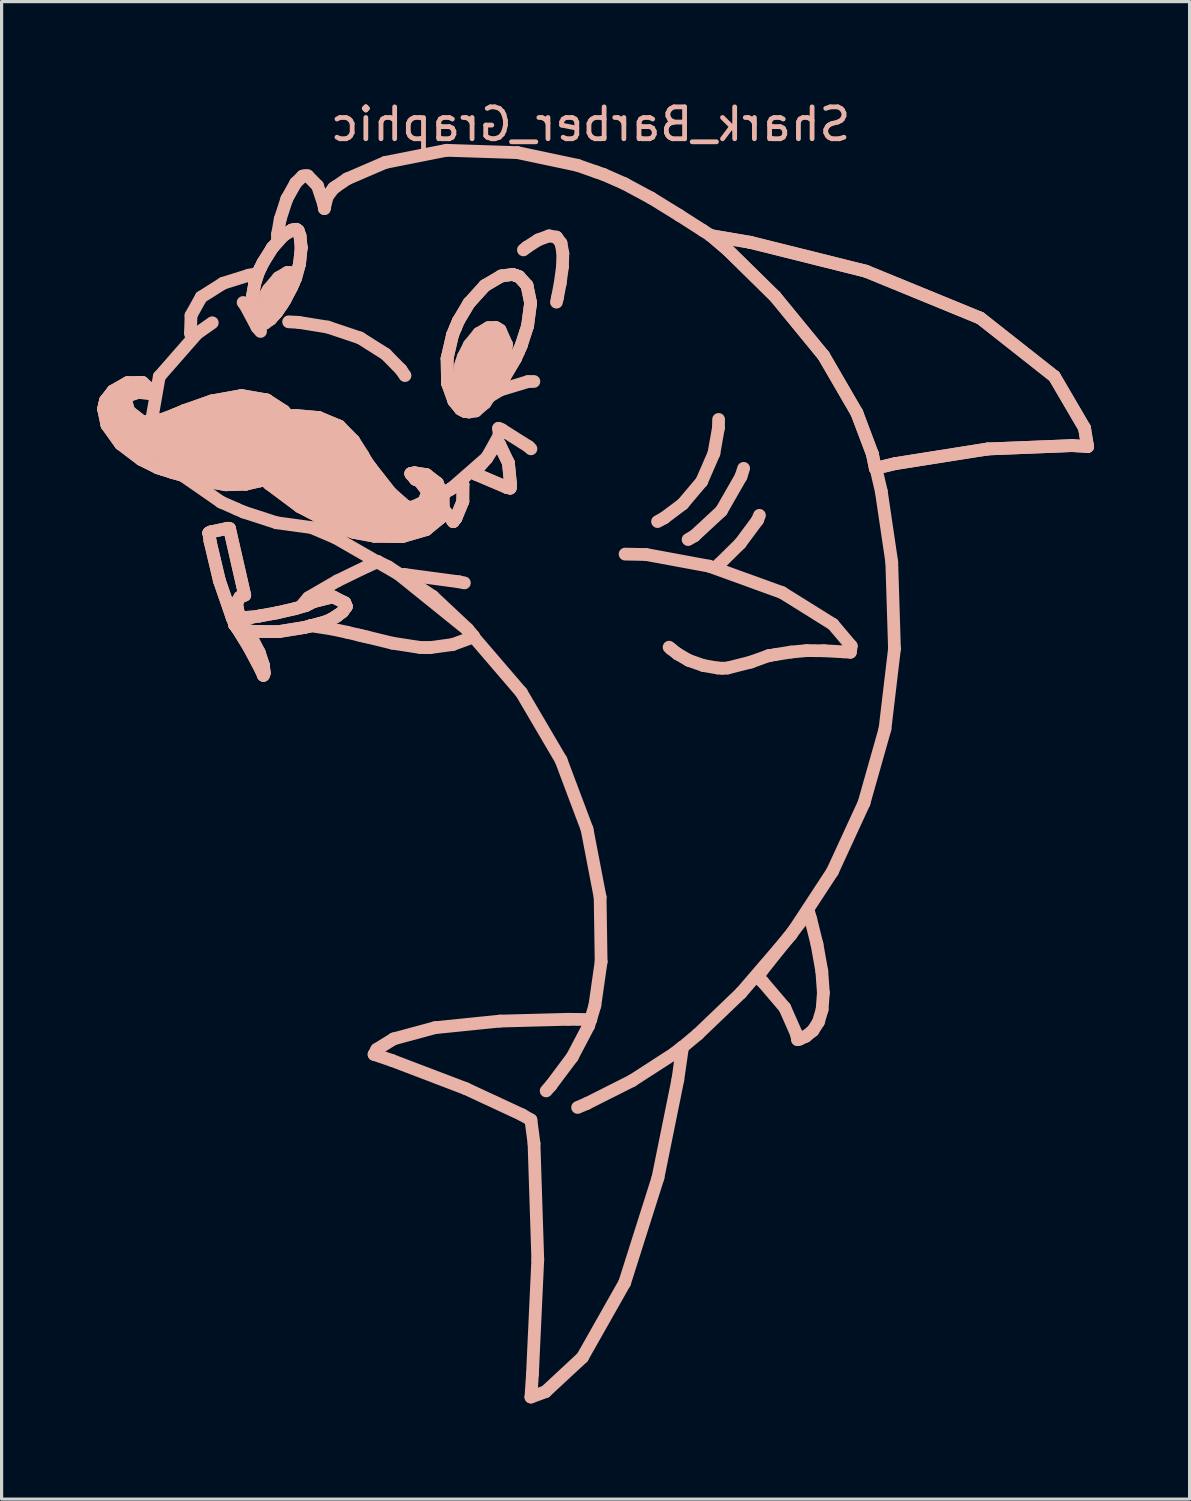
<source format=kicad_pcb>
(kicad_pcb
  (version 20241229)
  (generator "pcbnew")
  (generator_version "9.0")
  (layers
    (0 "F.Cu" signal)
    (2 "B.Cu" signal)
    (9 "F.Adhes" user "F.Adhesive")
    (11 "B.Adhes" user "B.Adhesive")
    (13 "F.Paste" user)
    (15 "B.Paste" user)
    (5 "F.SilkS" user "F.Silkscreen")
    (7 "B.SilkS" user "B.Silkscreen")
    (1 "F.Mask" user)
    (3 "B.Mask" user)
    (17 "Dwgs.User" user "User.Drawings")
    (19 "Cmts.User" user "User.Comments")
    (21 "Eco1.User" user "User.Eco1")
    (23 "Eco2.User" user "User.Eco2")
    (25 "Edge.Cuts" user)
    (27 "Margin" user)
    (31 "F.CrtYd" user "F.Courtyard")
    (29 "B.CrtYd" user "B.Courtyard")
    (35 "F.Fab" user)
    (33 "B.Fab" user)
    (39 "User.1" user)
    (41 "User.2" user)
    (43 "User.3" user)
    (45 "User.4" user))
  (footprint "Shark_Barber_Graphic"
    (layer "F.Cu")
    (at 15.324 18.248)
    (property "Reference" "Shark_Barber_Graphic" (at 0.15 -17.4 0) (layer "B.SilkS") (effects (font (size 1 1) (thickness 0.15)) (justify mirror)))
    (attr through_hole)
    (fp_line (start -15.124 -8.468) (end -15.09 -8.619) (stroke (width 0.4) (type solid)) (layer "B.SilkS"))
    (fp_line (start -15.124 -8.468) (end -15.09 -8.619) (stroke (width 0.4) (type solid)) (layer "B.SilkS"))
    (fp_line (start -15.09 -8.619) (end -15.064 -8.731) (stroke (width 0.4) (type solid)) (layer "B.SilkS"))
    (fp_line (start -15.09 -8.619) (end -15.064 -8.731) (stroke (width 0.4) (type solid)) (layer "B.SilkS"))
    (fp_line (start -15.064 -8.731) (end -14.83 -9.032) (stroke (width 0.4) (type solid)) (layer "B.SilkS"))
    (fp_line (start -15.064 -8.731) (end -14.83 -9.032) (stroke (width 0.4) (type solid)) (layer "B.SilkS"))
    (fp_line (start -15.018 -7.965) (end -15.124 -8.468) (stroke (width 0.4) (type solid)) (layer "B.SilkS"))
    (fp_line (start -15.018 -7.965) (end -15.124 -8.468) (stroke (width 0.4) (type solid)) (layer "B.SilkS"))
    (fp_line (start -14.83 -9.032) (end -14.377 -9.291) (stroke (width 0.4) (type solid)) (layer "B.SilkS"))
    (fp_line (start -14.83 -9.032) (end -14.377 -9.291) (stroke (width 0.4) (type solid)) (layer "B.SilkS"))
    (fp_line (start -14.65 -8.8) (end -14.7 -8.05) (stroke (width 0.6) (type solid)) (layer "B.SilkS"))
    (fp_line (start -14.592 -7.371) (end -15.018 -7.965) (stroke (width 0.4) (type solid)) (layer "B.SilkS"))
    (fp_line (start -14.592 -7.371) (end -15.018 -7.965) (stroke (width 0.4) (type solid)) (layer "B.SilkS"))
    (fp_line (start -14.436 -8.752) (end -14.336 -8.399) (stroke (width 0.4) (type solid)) (layer "B.SilkS"))
    (fp_line (start -14.436 -8.752) (end -14.336 -8.399) (stroke (width 0.4) (type solid)) (layer "B.SilkS"))
    (fp_line (start -14.407 -8.808) (end -14.436 -8.752) (stroke (width 0.4) (type solid)) (layer "B.SilkS"))
    (fp_line (start -14.407 -8.808) (end -14.436 -8.752) (stroke (width 0.4) (type solid)) (layer "B.SilkS"))
    (fp_line (start -14.377 -9.291) (end -13.91 -9.301) (stroke (width 0.4) (type solid)) (layer "B.SilkS"))
    (fp_line (start -14.377 -9.291) (end -13.91 -9.301) (stroke (width 0.4) (type solid)) (layer "B.SilkS"))
    (fp_line (start -14.368 -8.88) (end -14.407 -8.808) (stroke (width 0.4) (type solid)) (layer "B.SilkS"))
    (fp_line (start -14.368 -8.88) (end -14.407 -8.808) (stroke (width 0.4) (type solid)) (layer "B.SilkS"))
    (fp_line (start -14.336 -8.399) (end -13.942 -8.091) (stroke (width 0.4) (type solid)) (layer "B.SilkS"))
    (fp_line (start -14.336 -8.399) (end -13.942 -8.091) (stroke (width 0.4) (type solid)) (layer "B.SilkS"))
    (fp_line (start -14.045 -8.988) (end -14.368 -8.88) (stroke (width 0.4) (type solid)) (layer "B.SilkS"))
    (fp_line (start -14.045 -8.988) (end -14.368 -8.88) (stroke (width 0.4) (type solid)) (layer "B.SilkS"))
    (fp_line (start -13.952 -6.887) (end -14.592 -7.371) (stroke (width 0.4) (type solid)) (layer "B.SilkS"))
    (fp_line (start -13.952 -6.887) (end -14.592 -7.371) (stroke (width 0.4) (type solid)) (layer "B.SilkS"))
    (fp_line (start -13.942 -8.091) (end -13.826 -8.059) (stroke (width 0.4) (type solid)) (layer "B.SilkS"))
    (fp_line (start -13.942 -8.091) (end -13.826 -8.059) (stroke (width 0.4) (type solid)) (layer "B.SilkS"))
    (fp_line (start -13.91 -9.301) (end -13.635 -9.06) (stroke (width 0.4) (type solid)) (layer "B.SilkS"))
    (fp_line (start -13.91 -9.301) (end -13.635 -9.06) (stroke (width 0.4) (type solid)) (layer "B.SilkS"))
    (fp_line (start -13.826 -8.059) (end -13.723 -8.06) (stroke (width 0.4) (type solid)) (layer "B.SilkS"))
    (fp_line (start -13.826 -8.059) (end -13.723 -8.06) (stroke (width 0.4) (type solid)) (layer "B.SilkS"))
    (fp_line (start -13.723 -8.06) (end -13.311 -8.13) (stroke (width 0.4) (type solid)) (layer "B.SilkS"))
    (fp_line (start -13.723 -8.06) (end -13.311 -8.13) (stroke (width 0.4) (type solid)) (layer "B.SilkS"))
    (fp_line (start -13.671 -8.957) (end -14.045 -8.988) (stroke (width 0.4) (type solid)) (layer "B.SilkS"))
    (fp_line (start -13.671 -8.957) (end -14.045 -8.988) (stroke (width 0.4) (type solid)) (layer "B.SilkS"))
    (fp_line (start -13.658 -7.888) (end -12.776 -6.473) (stroke (width 0.4) (type solid)) (layer "B.SilkS"))
    (fp_line (start -13.635 -9.06) (end -13.606 -8.961) (stroke (width 0.4) (type solid)) (layer "B.SilkS"))
    (fp_line (start -13.635 -9.06) (end -13.606 -8.961) (stroke (width 0.4) (type solid)) (layer "B.SilkS"))
    (fp_line (start -13.606 -8.961) (end -13.671 -8.957) (stroke (width 0.4) (type solid)) (layer "B.SilkS"))
    (fp_line (start -13.606 -8.961) (end -13.671 -8.957) (stroke (width 0.4) (type solid)) (layer "B.SilkS"))
    (fp_line (start -13.423 -6.622) (end -13.952 -6.887) (stroke (width 0.4) (type solid)) (layer "B.SilkS"))
    (fp_line (start -13.423 -6.622) (end -13.952 -6.887) (stroke (width 0.4) (type solid)) (layer "B.SilkS"))
    (fp_line (start -13.377 -9.484) (end -13.658 -7.888) (stroke (width 0.4) (type solid)) (layer "B.SilkS"))
    (fp_line (start -13.311 -8.13) (end -12.943 -8.268) (stroke (width 0.4) (type solid)) (layer "B.SilkS"))
    (fp_line (start -13.311 -8.13) (end -12.943 -8.268) (stroke (width 0.4) (type solid)) (layer "B.SilkS"))
    (fp_line (start -13.238 -6.563) (end -13.423 -6.622) (stroke (width 0.4) (type solid)) (layer "B.SilkS"))
    (fp_line (start -13.238 -6.563) (end -13.423 -6.622) (stroke (width 0.4) (type solid)) (layer "B.SilkS"))
    (fp_line (start -12.956 -6.472) (end -13.238 -6.563) (stroke (width 0.4) (type solid)) (layer "B.SilkS"))
    (fp_line (start -12.956 -6.472) (end -13.238 -6.563) (stroke (width 0.4) (type solid)) (layer "B.SilkS"))
    (fp_line (start -12.943 -8.268) (end -12.863 -8.302) (stroke (width 0.4) (type solid)) (layer "B.SilkS"))
    (fp_line (start -12.943 -8.268) (end -12.863 -8.302) (stroke (width 0.4) (type solid)) (layer "B.SilkS"))
    (fp_line (start -12.863 -8.302) (end -12.586 -8.419) (stroke (width 0.4) (type solid)) (layer "B.SilkS"))
    (fp_line (start -12.863 -8.302) (end -12.586 -8.419) (stroke (width 0.4) (type solid)) (layer "B.SilkS"))
    (fp_line (start -12.776 -6.473) (end -11.439 -5.546) (stroke (width 0.4) (type solid)) (layer "B.SilkS"))
    (fp_line (start -12.586 -8.419) (end -11.734 -8.719) (stroke (width 0.4) (type solid)) (layer "B.SilkS"))
    (fp_line (start -12.586 -8.419) (end -11.734 -8.719) (stroke (width 0.4) (type solid)) (layer "B.SilkS"))
    (fp_line (start -12.398 -10.851) (end -12.358 -10.677) (stroke (width 0.4) (type solid)) (layer "B.SilkS"))
    (fp_line (start -12.382 -11.402) (end -12.398 -10.851) (stroke (width 0.4) (type solid)) (layer "B.SilkS"))
    (fp_line (start -12.191 -10.838) (end -13.377 -9.484) (stroke (width 0.4) (type solid)) (layer "B.SilkS"))
    (fp_line (start -12.099 -6.233) (end -12.956 -6.472) (stroke (width 0.4) (type solid)) (layer "B.SilkS"))
    (fp_line (start -12.099 -6.233) (end -12.956 -6.472) (stroke (width 0.4) (type solid)) (layer "B.SilkS"))
    (fp_line (start -12.063 -11.977) (end -12.382 -11.402) (stroke (width 0.4) (type solid)) (layer "B.SilkS"))
    (fp_line (start -11.822 -4.578) (end -11.822 -4.578) (stroke (width 0.4) (type solid)) (layer "B.SilkS"))
    (fp_line (start -11.822 -4.578) (end -11.822 -4.578) (stroke (width 0.4) (type solid)) (layer "B.SilkS"))
    (fp_line (start -11.822 -4.578) (end -11.769 -4.609) (stroke (width 0.4) (type solid)) (layer "B.SilkS"))
    (fp_line (start -11.822 -4.578) (end -11.769 -4.609) (stroke (width 0.4) (type solid)) (layer "B.SilkS"))
    (fp_line (start -11.783 -4.316) (end -11.822 -4.578) (stroke (width 0.4) (type solid)) (layer "B.SilkS"))
    (fp_line (start -11.783 -4.316) (end -11.822 -4.578) (stroke (width 0.4) (type solid)) (layer "B.SilkS"))
    (fp_line (start -11.769 -4.609) (end -11.23 -4.725) (stroke (width 0.4) (type solid)) (layer "B.SilkS"))
    (fp_line (start -11.769 -4.609) (end -11.23 -4.725) (stroke (width 0.4) (type solid)) (layer "B.SilkS"))
    (fp_line (start -11.734 -8.719) (end -10.795 -8.888) (stroke (width 0.4) (type solid)) (layer "B.SilkS"))
    (fp_line (start -11.734 -8.719) (end -10.795 -8.888) (stroke (width 0.4) (type solid)) (layer "B.SilkS"))
    (fp_line (start -11.715 -11.172) (end -12.191 -10.838) (stroke (width 0.4) (type solid)) (layer "B.SilkS"))
    (fp_line (start -11.5 -6.6) (end -14.35 -7.75) (stroke (width 1) (type solid)) (layer "B.SilkS"))
    (fp_line (start -11.49 -3.079) (end -11.783 -4.316) (stroke (width 0.4) (type solid)) (layer "B.SilkS"))
    (fp_line (start -11.49 -3.079) (end -11.783 -4.316) (stroke (width 0.4) (type solid)) (layer "B.SilkS"))
    (fp_line (start -11.439 -5.546) (end -10.953 -5.331) (stroke (width 0.4) (type solid)) (layer "B.SilkS"))
    (fp_line (start -11.375 -12.412) (end -12.063 -11.977) (stroke (width 0.4) (type solid)) (layer "B.SilkS"))
    (fp_line (start -11.287 -6.091) (end -12.099 -6.233) (stroke (width 0.4) (type solid)) (layer "B.SilkS"))
    (fp_line (start -11.287 -6.091) (end -12.099 -6.233) (stroke (width 0.4) (type solid)) (layer "B.SilkS"))
    (fp_line (start -11.25 -8.25) (end -13.65 -7.65) (stroke (width 1) (type solid)) (layer "B.SilkS"))
    (fp_line (start -11.23 -4.725) (end -11.174 -4.717) (stroke (width 0.4) (type solid)) (layer "B.SilkS"))
    (fp_line (start -11.23 -4.725) (end -11.174 -4.717) (stroke (width 0.4) (type solid)) (layer "B.SilkS"))
    (fp_line (start -11.174 -4.717) (end -10.697 -2.628) (stroke (width 0.4) (type solid)) (layer "B.SilkS"))
    (fp_line (start -11.174 -4.717) (end -10.697 -2.628) (stroke (width 0.4) (type solid)) (layer "B.SilkS"))
    (fp_line (start -11.091 -1.922) (end -11.49 -3.079) (stroke (width 0.4) (type solid)) (layer "B.SilkS"))
    (fp_line (start -11.091 -1.922) (end -11.49 -3.079) (stroke (width 0.4) (type solid)) (layer "B.SilkS"))
    (fp_line (start -11.017 -1.773) (end -11.016 -1.739) (stroke (width 0.4) (type solid)) (layer "B.SilkS"))
    (fp_line (start -11.017 -1.773) (end -11.016 -1.739) (stroke (width 0.4) (type solid)) (layer "B.SilkS"))
    (fp_line (start -11.016 -1.739) (end -11.014 -1.697) (stroke (width 0.4) (type solid)) (layer "B.SilkS"))
    (fp_line (start -11.016 -1.739) (end -11.014 -1.697) (stroke (width 0.4) (type solid)) (layer "B.SilkS"))
    (fp_line (start -11.014 -1.697) (end -10.901 -1.574) (stroke (width 0.4) (type solid)) (layer "B.SilkS"))
    (fp_line (start -11.014 -1.697) (end -10.901 -1.574) (stroke (width 0.4) (type solid)) (layer "B.SilkS"))
    (fp_line (start -11 -1.698) (end -11.091 -1.922) (stroke (width 0.4) (type solid)) (layer "B.SilkS"))
    (fp_line (start -11 -1.698) (end -11.091 -1.922) (stroke (width 0.4) (type solid)) (layer "B.SilkS"))
    (fp_line (start -10.953 -5.331) (end -10.734 -5.235) (stroke (width 0.4) (type solid)) (layer "B.SilkS"))
    (fp_line (start -10.949 -2.337) (end -10.895 -2.055) (stroke (width 0.4) (type solid)) (layer "B.SilkS"))
    (fp_line (start -10.949 -2.337) (end -10.895 -2.055) (stroke (width 0.4) (type solid)) (layer "B.SilkS"))
    (fp_line (start -10.944 -2.378) (end -10.949 -2.337) (stroke (width 0.4) (type solid)) (layer "B.SilkS"))
    (fp_line (start -10.944 -2.378) (end -10.949 -2.337) (stroke (width 0.4) (type solid)) (layer "B.SilkS"))
    (fp_line (start -10.94 -2.413) (end -10.944 -2.378) (stroke (width 0.4) (type solid)) (layer "B.SilkS"))
    (fp_line (start -10.94 -2.413) (end -10.944 -2.378) (stroke (width 0.4) (type solid)) (layer "B.SilkS"))
    (fp_line (start -10.937 -1.6) (end -11 -1.698) (stroke (width 0.4) (type solid)) (layer "B.SilkS"))
    (fp_line (start -10.937 -1.6) (end -11 -1.698) (stroke (width 0.4) (type solid)) (layer "B.SilkS"))
    (fp_line (start -10.901 -1.574) (end -10.651 -1.526) (stroke (width 0.4) (type solid)) (layer "B.SilkS"))
    (fp_line (start -10.901 -1.574) (end -10.651 -1.526) (stroke (width 0.4) (type solid)) (layer "B.SilkS"))
    (fp_line (start -10.895 -2.055) (end -10.774 -1.72) (stroke (width 0.4) (type solid)) (layer "B.SilkS"))
    (fp_line (start -10.895 -2.055) (end -10.774 -1.72) (stroke (width 0.4) (type solid)) (layer "B.SilkS"))
    (fp_line (start -10.891 -1.883) (end -11.017 -1.773) (stroke (width 0.4) (type solid)) (layer "B.SilkS"))
    (fp_line (start -10.891 -1.883) (end -11.017 -1.773) (stroke (width 0.4) (type solid)) (layer "B.SilkS"))
    (fp_line (start -10.846 -2.564) (end -10.94 -2.413) (stroke (width 0.4) (type solid)) (layer "B.SilkS"))
    (fp_line (start -10.846 -2.564) (end -10.94 -2.413) (stroke (width 0.4) (type solid)) (layer "B.SilkS"))
    (fp_line (start -10.795 -8.888) (end -10.007 -8.751) (stroke (width 0.4) (type solid)) (layer "B.SilkS"))
    (fp_line (start -10.795 -8.888) (end -10.007 -8.751) (stroke (width 0.4) (type solid)) (layer "B.SilkS"))
    (fp_line (start -10.774 -1.72) (end -10.746 -1.651) (stroke (width 0.4) (type solid)) (layer "B.SilkS"))
    (fp_line (start -10.774 -1.72) (end -10.746 -1.651) (stroke (width 0.4) (type solid)) (layer "B.SilkS"))
    (fp_line (start -10.747 -11.808) (end -10.689 -11.741) (stroke (width 0.4) (type solid)) (layer "B.SilkS"))
    (fp_line (start -10.746 -1.651) (end -10.67 -1.561) (stroke (width 0.4) (type solid)) (layer "B.SilkS"))
    (fp_line (start -10.746 -1.651) (end -10.67 -1.561) (stroke (width 0.4) (type solid)) (layer "B.SilkS"))
    (fp_line (start -10.734 -5.235) (end -9.7 -4.899) (stroke (width 0.4) (type solid)) (layer "B.SilkS"))
    (fp_line (start -10.718 -2.633) (end -10.846 -2.564) (stroke (width 0.4) (type solid)) (layer "B.SilkS"))
    (fp_line (start -10.718 -2.633) (end -10.846 -2.564) (stroke (width 0.4) (type solid)) (layer "B.SilkS"))
    (fp_line (start -10.697 -2.628) (end -10.718 -2.633) (stroke (width 0.4) (type solid)) (layer "B.SilkS"))
    (fp_line (start -10.697 -2.628) (end -10.718 -2.633) (stroke (width 0.4) (type solid)) (layer "B.SilkS"))
    (fp_line (start -10.689 -11.741) (end -10.31 -11.03) (stroke (width 0.4) (type solid)) (layer "B.SilkS"))
    (fp_line (start -10.67 -1.561) (end -10.47 -1.265) (stroke (width 0.4) (type solid)) (layer "B.SilkS"))
    (fp_line (start -10.67 -1.561) (end -10.47 -1.265) (stroke (width 0.4) (type solid)) (layer "B.SilkS"))
    (fp_line (start -10.662 -6.11) (end -11.287 -6.091) (stroke (width 0.4) (type solid)) (layer "B.SilkS"))
    (fp_line (start -10.662 -6.11) (end -11.287 -6.091) (stroke (width 0.4) (type solid)) (layer "B.SilkS"))
    (fp_line (start -10.651 -1.526) (end -10.582 -1.514) (stroke (width 0.4) (type solid)) (layer "B.SilkS"))
    (fp_line (start -10.651 -1.526) (end -10.582 -1.514) (stroke (width 0.4) (type solid)) (layer "B.SilkS"))
    (fp_line (start -10.599 -1.933) (end -10.891 -1.883) (stroke (width 0.4) (type solid)) (layer "B.SilkS"))
    (fp_line (start -10.599 -1.933) (end -10.891 -1.883) (stroke (width 0.4) (type solid)) (layer "B.SilkS"))
    (fp_line (start -10.582 -1.514) (end -10.428 -1.489) (stroke (width 0.4) (type solid)) (layer "B.SilkS"))
    (fp_line (start -10.582 -1.514) (end -10.428 -1.489) (stroke (width 0.4) (type solid)) (layer "B.SilkS"))
    (fp_line (start -10.57 -1.008) (end -10.937 -1.6) (stroke (width 0.4) (type solid)) (layer "B.SilkS"))
    (fp_line (start -10.57 -1.008) (end -10.937 -1.6) (stroke (width 0.4) (type solid)) (layer "B.SilkS"))
    (fp_line (start -10.569 -12.664) (end -11.375 -12.412) (stroke (width 0.4) (type solid)) (layer "B.SilkS"))
    (fp_line (start -10.518 -1.935) (end -10.599 -1.933) (stroke (width 0.4) (type solid)) (layer "B.SilkS"))
    (fp_line (start -10.518 -1.935) (end -10.599 -1.933) (stroke (width 0.4) (type solid)) (layer "B.SilkS"))
    (fp_line (start -10.479 -1.936) (end -10.518 -1.935) (stroke (width 0.4) (type solid)) (layer "B.SilkS"))
    (fp_line (start -10.479 -1.936) (end -10.518 -1.935) (stroke (width 0.4) (type solid)) (layer "B.SilkS"))
    (fp_line (start -10.475 -11.888) (end -10.459 -11.451) (stroke (width 0.4) (type solid)) (layer "B.SilkS"))
    (fp_line (start -10.475 -11.888) (end -10.459 -11.451) (stroke (width 0.4) (type solid)) (layer "B.SilkS"))
    (fp_line (start -10.47 -1.265) (end -10.244 -0.83) (stroke (width 0.4) (type solid)) (layer "B.SilkS"))
    (fp_line (start -10.47 -1.265) (end -10.244 -0.83) (stroke (width 0.4) (type solid)) (layer "B.SilkS"))
    (fp_line (start -10.459 -11.451) (end -10.361 -11.231) (stroke (width 0.4) (type solid)) (layer "B.SilkS"))
    (fp_line (start -10.459 -11.451) (end -10.361 -11.231) (stroke (width 0.4) (type solid)) (layer "B.SilkS"))
    (fp_line (start -10.428 -1.489) (end -9.638 -1.482) (stroke (width 0.4) (type solid)) (layer "B.SilkS"))
    (fp_line (start -10.428 -1.489) (end -9.638 -1.482) (stroke (width 0.4) (type solid)) (layer "B.SilkS"))
    (fp_line (start -10.383 -12.402) (end -10.475 -11.888) (stroke (width 0.4) (type solid)) (layer "B.SilkS"))
    (fp_line (start -10.383 -12.402) (end -10.475 -11.888) (stroke (width 0.4) (type solid)) (layer "B.SilkS"))
    (fp_line (start -10.361 -11.231) (end -10.307 -11.202) (stroke (width 0.4) (type solid)) (layer "B.SilkS"))
    (fp_line (start -10.361 -11.231) (end -10.307 -11.202) (stroke (width 0.4) (type solid)) (layer "B.SilkS"))
    (fp_line (start -10.31 -11.03) (end -10.2 -10.9) (stroke (width 0.4) (type solid)) (layer "B.SilkS"))
    (fp_line (start -10.307 -11.202) (end -10.253 -11.175) (stroke (width 0.4) (type solid)) (layer "B.SilkS"))
    (fp_line (start -10.307 -11.202) (end -10.253 -11.175) (stroke (width 0.4) (type solid)) (layer "B.SilkS"))
    (fp_line (start -10.294 -12.715) (end -10.569 -12.664) (stroke (width 0.4) (type solid)) (layer "B.SilkS"))
    (fp_line (start -10.262 -12.771) (end -10.383 -12.402) (stroke (width 0.4) (type solid)) (layer "B.SilkS"))
    (fp_line (start -10.262 -12.771) (end -10.383 -12.402) (stroke (width 0.4) (type solid)) (layer "B.SilkS"))
    (fp_line (start -10.253 -11.175) (end -10.031 -11.21) (stroke (width 0.4) (type solid)) (layer "B.SilkS"))
    (fp_line (start -10.253 -11.175) (end -10.031 -11.21) (stroke (width 0.4) (type solid)) (layer "B.SilkS"))
    (fp_line (start -10.244 -0.83) (end -10.109 -0.422) (stroke (width 0.4) (type solid)) (layer "B.SilkS"))
    (fp_line (start -10.244 -0.83) (end -10.109 -0.422) (stroke (width 0.4) (type solid)) (layer "B.SilkS"))
    (fp_line (start -10.225 -6.212) (end -10.662 -6.11) (stroke (width 0.4) (type solid)) (layer "B.SilkS"))
    (fp_line (start -10.225 -6.212) (end -10.662 -6.11) (stroke (width 0.4) (type solid)) (layer "B.SilkS"))
    (fp_line (start -10.217 -1.976) (end -10.479 -1.936) (stroke (width 0.4) (type solid)) (layer "B.SilkS"))
    (fp_line (start -10.217 -1.976) (end -10.479 -1.936) (stroke (width 0.4) (type solid)) (layer "B.SilkS"))
    (fp_line (start -10.206 -12.886) (end -10.262 -12.771) (stroke (width 0.4) (type solid)) (layer "B.SilkS"))
    (fp_line (start -10.206 -12.886) (end -10.262 -12.771) (stroke (width 0.4) (type solid)) (layer "B.SilkS"))
    (fp_line (start -10.183 -0.279) (end -10.57 -1.008) (stroke (width 0.4) (type solid)) (layer "B.SilkS"))
    (fp_line (start -10.183 -0.279) (end -10.57 -1.008) (stroke (width 0.4) (type solid)) (layer "B.SilkS"))
    (fp_line (start -10.176 -11.206) (end -10.165 -11.181) (stroke (width 0.4) (type solid)) (layer "B.SilkS"))
    (fp_line (start -10.165 -11.181) (end -10.159 -11.166) (stroke (width 0.4) (type solid)) (layer "B.SilkS"))
    (fp_line (start -10.159 -11.166) (end -10.061 -11.157) (stroke (width 0.4) (type solid)) (layer "B.SilkS"))
    (fp_line (start -10.141 -11.619) (end -10.176 -11.206) (stroke (width 0.4) (type solid)) (layer "B.SilkS"))
    (fp_line (start -10.125 -13.052) (end -10.206 -12.886) (stroke (width 0.4) (type solid)) (layer "B.SilkS"))
    (fp_line (start -10.125 -13.052) (end -10.206 -12.886) (stroke (width 0.4) (type solid)) (layer "B.SilkS"))
    (fp_line (start -10.111 -0.113) (end -10.183 -0.279) (stroke (width 0.4) (type solid)) (layer "B.SilkS"))
    (fp_line (start -10.111 -0.113) (end -10.183 -0.279) (stroke (width 0.4) (type solid)) (layer "B.SilkS"))
    (fp_line (start -10.109 -0.422) (end -10.086 -0.182) (stroke (width 0.4) (type solid)) (layer "B.SilkS"))
    (fp_line (start -10.109 -0.422) (end -10.086 -0.182) (stroke (width 0.4) (type solid)) (layer "B.SilkS"))
    (fp_line (start -10.086 -0.182) (end -10.111 -0.113) (stroke (width 0.4) (type solid)) (layer "B.SilkS"))
    (fp_line (start -10.086 -0.182) (end -10.111 -0.113) (stroke (width 0.4) (type solid)) (layer "B.SilkS"))
    (fp_line (start -10.085 -6.261) (end -10.225 -6.212) (stroke (width 0.4) (type solid)) (layer "B.SilkS"))
    (fp_line (start -10.085 -6.261) (end -10.225 -6.212) (stroke (width 0.4) (type solid)) (layer "B.SilkS"))
    (fp_line (start -10.061 -11.157) (end -9.883 -11.283) (stroke (width 0.4) (type solid)) (layer "B.SilkS"))
    (fp_line (start -10.037 -12.064) (end -10.141 -11.619) (stroke (width 0.4) (type solid)) (layer "B.SilkS"))
    (fp_line (start -10.031 -11.21) (end -9.733 -11.458) (stroke (width 0.4) (type solid)) (layer "B.SilkS"))
    (fp_line (start -10.031 -11.21) (end -9.733 -11.458) (stroke (width 0.4) (type solid)) (layer "B.SilkS"))
    (fp_line (start -10.014 -12.105) (end -10.037 -12.064) (stroke (width 0.4) (type solid)) (layer "B.SilkS"))
    (fp_line (start -10.007 -8.751) (end -9.471 -8.403) (stroke (width 0.4) (type solid)) (layer "B.SilkS"))
    (fp_line (start -10.007 -8.751) (end -9.471 -8.403) (stroke (width 0.4) (type solid)) (layer "B.SilkS"))
    (fp_line (start -9.956 -12.213) (end -10.014 -12.105) (stroke (width 0.4) (type solid)) (layer "B.SilkS"))
    (fp_line (start -9.921 -6.111) (end -10.085 -6.261) (stroke (width 0.4) (type solid)) (layer "B.SilkS"))
    (fp_line (start -9.921 -6.111) (end -10.085 -6.261) (stroke (width 0.4) (type solid)) (layer "B.SilkS"))
    (fp_line (start -9.883 -11.283) (end -9.676 -11.519) (stroke (width 0.4) (type solid)) (layer "B.SilkS"))
    (fp_line (start -9.831 -13.524) (end -10.125 -13.052) (stroke (width 0.4) (type solid)) (layer "B.SilkS"))
    (fp_line (start -9.831 -13.524) (end -10.125 -13.052) (stroke (width 0.4) (type solid)) (layer "B.SilkS"))
    (fp_line (start -9.733 -11.458) (end -9.435 -11.889) (stroke (width 0.4) (type solid)) (layer "B.SilkS"))
    (fp_line (start -9.733 -11.458) (end -9.435 -11.889) (stroke (width 0.4) (type solid)) (layer "B.SilkS"))
    (fp_line (start -9.7 -7.9) (end -10.8 -8.35) (stroke (width 1) (type solid)) (layer "B.SilkS"))
    (fp_line (start -9.7 -4.899) (end -8.514 -4.736) (stroke (width 0.4) (type solid)) (layer "B.SilkS"))
    (fp_line (start -9.681 -2.074) (end -10.217 -1.976) (stroke (width 0.4) (type solid)) (layer "B.SilkS"))
    (fp_line (start -9.681 -2.074) (end -10.217 -1.976) (stroke (width 0.4) (type solid)) (layer "B.SilkS"))
    (fp_line (start -9.676 -11.519) (end -9.523 -11.744) (stroke (width 0.4) (type solid)) (layer "B.SilkS"))
    (fp_line (start -9.667 -13.948) (end -9.67 -13.787) (stroke (width 0.4) (type solid)) (layer "B.SilkS"))
    (fp_line (start -9.642 -12.586) (end -9.956 -12.213) (stroke (width 0.4) (type solid)) (layer "B.SilkS"))
    (fp_line (start -9.638 -1.482) (end -8.821 -1.614) (stroke (width 0.4) (type solid)) (layer "B.SilkS"))
    (fp_line (start -9.638 -1.482) (end -8.821 -1.614) (stroke (width 0.4) (type solid)) (layer "B.SilkS"))
    (fp_line (start -9.583 -14.425) (end -9.667 -13.948) (stroke (width 0.4) (type solid)) (layer "B.SilkS"))
    (fp_line (start -9.523 -11.744) (end -9.481 -11.822) (stroke (width 0.4) (type solid)) (layer "B.SilkS"))
    (fp_line (start -9.5 -12.3) (end -9.95 -11.65) (stroke (width 0.6) (type solid)) (layer "B.SilkS"))
    (fp_line (start -9.49 -13.907) (end -9.831 -13.524) (stroke (width 0.4) (type solid)) (layer "B.SilkS"))
    (fp_line (start -9.49 -13.907) (end -9.831 -13.524) (stroke (width 0.4) (type solid)) (layer "B.SilkS"))
    (fp_line (start -9.481 -11.822) (end -9.438 -11.904) (stroke (width 0.4) (type solid)) (layer "B.SilkS"))
    (fp_line (start -9.471 -8.403) (end -9.334 -8.25) (stroke (width 0.4) (type solid)) (layer "B.SilkS"))
    (fp_line (start -9.471 -8.403) (end -9.334 -8.25) (stroke (width 0.4) (type solid)) (layer "B.SilkS"))
    (fp_line (start -9.438 -11.904) (end -9.311 -12.152) (stroke (width 0.4) (type solid)) (layer "B.SilkS"))
    (fp_line (start -9.435 -11.889) (end -9.22 -12.301) (stroke (width 0.4) (type solid)) (layer "B.SilkS"))
    (fp_line (start -9.435 -11.889) (end -9.22 -12.301) (stroke (width 0.4) (type solid)) (layer "B.SilkS"))
    (fp_line (start -9.376 -15.06) (end -9.583 -14.425) (stroke (width 0.4) (type solid)) (layer "B.SilkS"))
    (fp_line (start -9.37 -12.746) (end -9.642 -12.586) (stroke (width 0.4) (type solid)) (layer "B.SilkS"))
    (fp_line (start -9.334 -8.25) (end -9.334 -8.25) (stroke (width 0.4) (type solid)) (layer "B.SilkS"))
    (fp_line (start -9.334 -8.25) (end -9.334 -8.25) (stroke (width 0.4) (type solid)) (layer "B.SilkS"))
    (fp_line (start -9.334 -8.25) (end -9.095 -8.263) (stroke (width 0.4) (type solid)) (layer "B.SilkS"))
    (fp_line (start -9.334 -8.25) (end -9.095 -8.263) (stroke (width 0.4) (type solid)) (layer "B.SilkS"))
    (fp_line (start -9.332 -12.747) (end -9.37 -12.746) (stroke (width 0.4) (type solid)) (layer "B.SilkS"))
    (fp_line (start -9.332 -12.747) (end -9.332 -12.747) (stroke (width 0.4) (type solid)) (layer "B.SilkS"))
    (fp_line (start -9.311 -12.152) (end -9.189 -12.452) (stroke (width 0.4) (type solid)) (layer "B.SilkS"))
    (fp_line (start -9.293 -12.749) (end -9.332 -12.747) (stroke (width 0.4) (type solid)) (layer "B.SilkS"))
    (fp_line (start -9.22 -14.08) (end -9.49 -13.907) (stroke (width 0.4) (type solid)) (layer "B.SilkS"))
    (fp_line (start -9.22 -14.08) (end -9.49 -13.907) (stroke (width 0.4) (type solid)) (layer "B.SilkS"))
    (fp_line (start -9.22 -12.301) (end -9.159 -12.443) (stroke (width 0.4) (type solid)) (layer "B.SilkS"))
    (fp_line (start -9.22 -12.301) (end -9.159 -12.443) (stroke (width 0.4) (type solid)) (layer "B.SilkS"))
    (fp_line (start -9.189 -12.452) (end -9.175 -12.67) (stroke (width 0.4) (type solid)) (layer "B.SilkS"))
    (fp_line (start -9.175 -12.67) (end -9.293 -12.749) (stroke (width 0.4) (type solid)) (layer "B.SilkS"))
    (fp_line (start -9.159 -12.443) (end -9.098 -12.581) (stroke (width 0.4) (type solid)) (layer "B.SilkS"))
    (fp_line (start -9.159 -12.443) (end -9.098 -12.581) (stroke (width 0.4) (type solid)) (layer "B.SilkS"))
    (fp_line (start -9.107 -2.206) (end -9.681 -2.074) (stroke (width 0.4) (type solid)) (layer "B.SilkS"))
    (fp_line (start -9.107 -2.206) (end -9.681 -2.074) (stroke (width 0.4) (type solid)) (layer "B.SilkS"))
    (fp_line (start -9.098 -15.558) (end -9.376 -15.06) (stroke (width 0.4) (type solid)) (layer "B.SilkS"))
    (fp_line (start -9.098 -12.581) (end -8.977 -13.022) (stroke (width 0.4) (type solid)) (layer "B.SilkS"))
    (fp_line (start -9.098 -12.581) (end -8.977 -13.022) (stroke (width 0.4) (type solid)) (layer "B.SilkS"))
    (fp_line (start -9.095 -8.263) (end -8.375 -8.199) (stroke (width 0.4) (type solid)) (layer "B.SilkS"))
    (fp_line (start -9.095 -8.263) (end -8.375 -8.199) (stroke (width 0.4) (type solid)) (layer "B.SilkS"))
    (fp_line (start -9.085 -14.104) (end -9.22 -14.08) (stroke (width 0.4) (type solid)) (layer "B.SilkS"))
    (fp_line (start -9.085 -14.104) (end -9.22 -14.08) (stroke (width 0.4) (type solid)) (layer "B.SilkS"))
    (fp_line (start -9.057 -14.085) (end -9.085 -14.104) (stroke (width 0.4) (type solid)) (layer "B.SilkS"))
    (fp_line (start -9.057 -14.085) (end -9.085 -14.104) (stroke (width 0.4) (type solid)) (layer "B.SilkS"))
    (fp_line (start -9.057 -14.085) (end -9.057 -14.085) (stroke (width 0.4) (type solid)) (layer "B.SilkS"))
    (fp_line (start -9.057 -14.085) (end -9.057 -14.085) (stroke (width 0.4) (type solid)) (layer "B.SilkS"))
    (fp_line (start -9.05 -7.7) (end -12.45 -7.5) (stroke (width 1) (type solid)) (layer "B.SilkS"))
    (fp_line (start -9.021 -14.063) (end -9.057 -14.085) (stroke (width 0.4) (type solid)) (layer "B.SilkS"))
    (fp_line (start -9.021 -14.063) (end -9.057 -14.085) (stroke (width 0.4) (type solid)) (layer "B.SilkS"))
    (fp_line (start -9.011 -11.186) (end -9.319 -11.202) (stroke (width 0.4) (type solid)) (layer "B.SilkS"))
    (fp_line (start -8.977 -13.022) (end -8.925 -13.528) (stroke (width 0.4) (type solid)) (layer "B.SilkS"))
    (fp_line (start -8.977 -13.022) (end -8.925 -13.528) (stroke (width 0.4) (type solid)) (layer "B.SilkS"))
    (fp_line (start -8.968 -5.401) (end -9.921 -6.111) (stroke (width 0.4) (type solid)) (layer "B.SilkS"))
    (fp_line (start -8.968 -5.401) (end -9.921 -6.111) (stroke (width 0.4) (type solid)) (layer "B.SilkS"))
    (fp_line (start -8.964 -13.902) (end -9.021 -14.063) (stroke (width 0.4) (type solid)) (layer "B.SilkS"))
    (fp_line (start -8.964 -13.902) (end -9.021 -14.063) (stroke (width 0.4) (type solid)) (layer "B.SilkS"))
    (fp_line (start -8.925 -13.528) (end -8.964 -13.902) (stroke (width 0.4) (type solid)) (layer "B.SilkS"))
    (fp_line (start -8.925 -13.528) (end -8.964 -13.902) (stroke (width 0.4) (type solid)) (layer "B.SilkS"))
    (fp_line (start -8.88 -15.773) (end -9.098 -15.558) (stroke (width 0.4) (type solid)) (layer "B.SilkS"))
    (fp_line (start -8.821 -1.614) (end -8.655 -1.658) (stroke (width 0.4) (type solid)) (layer "B.SilkS"))
    (fp_line (start -8.821 -1.614) (end -8.655 -1.658) (stroke (width 0.4) (type solid)) (layer "B.SilkS"))
    (fp_line (start -8.8 -2.65) (end -9.05 -2.35) (stroke (width 0.12) (type solid)) (layer "B.SilkS"))
    (fp_line (start -8.799 -15.784) (end -8.88 -15.773) (stroke (width 0.4) (type solid)) (layer "B.SilkS"))
    (fp_line (start -8.784 -2.3) (end -9.107 -2.206) (stroke (width 0.4) (type solid)) (layer "B.SilkS"))
    (fp_line (start -8.784 -2.3) (end -9.107 -2.206) (stroke (width 0.4) (type solid)) (layer "B.SilkS"))
    (fp_line (start -8.72 -15.783) (end -8.799 -15.784) (stroke (width 0.4) (type solid)) (layer "B.SilkS"))
    (fp_line (start -8.696 -2.345) (end -8.784 -2.3) (stroke (width 0.4) (type solid)) (layer "B.SilkS"))
    (fp_line (start -8.696 -2.345) (end -8.784 -2.3) (stroke (width 0.4) (type solid)) (layer "B.SilkS"))
    (fp_line (start -8.655 -1.658) (end -8.572 -1.68) (stroke (width 0.4) (type solid)) (layer "B.SilkS"))
    (fp_line (start -8.655 -1.658) (end -8.572 -1.68) (stroke (width 0.4) (type solid)) (layer "B.SilkS"))
    (fp_line (start -8.635 -1.669) (end -7.985 -1.57) (stroke (width 0.4) (type solid)) (layer "B.SilkS"))
    (fp_line (start -8.572 -1.68) (end -8.327 -1.744) (stroke (width 0.4) (type solid)) (layer "B.SilkS"))
    (fp_line (start -8.572 -1.68) (end -8.327 -1.744) (stroke (width 0.4) (type solid)) (layer "B.SilkS"))
    (fp_line (start -8.55 -4.726) (end -7.856 -4.431) (stroke (width 0.4) (type solid)) (layer "B.SilkS"))
    (fp_line (start -8.54 -2.422) (end -8.696 -2.345) (stroke (width 0.4) (type solid)) (layer "B.SilkS"))
    (fp_line (start -8.54 -2.422) (end -8.696 -2.345) (stroke (width 0.4) (type solid)) (layer "B.SilkS"))
    (fp_line (start -8.514 -4.736) (end -8.22 -4.726) (stroke (width 0.4) (type solid)) (layer "B.SilkS"))
    (fp_line (start -8.412 -15.469) (end -8.72 -15.783) (stroke (width 0.4) (type solid)) (layer "B.SilkS"))
    (fp_line (start -8.375 -8.199) (end -7.731 -7.931) (stroke (width 0.4) (type solid)) (layer "B.SilkS"))
    (fp_line (start -8.375 -8.199) (end -7.731 -7.931) (stroke (width 0.4) (type solid)) (layer "B.SilkS"))
    (fp_line (start -8.327 -1.744) (end -8.136 -1.8) (stroke (width 0.4) (type solid)) (layer "B.SilkS"))
    (fp_line (start -8.327 -1.744) (end -8.136 -1.8) (stroke (width 0.4) (type solid)) (layer "B.SilkS"))
    (fp_line (start -8.22 -14.888) (end -8.412 -15.469) (stroke (width 0.4) (type solid)) (layer "B.SilkS"))
    (fp_line (start -8.22 -4.726) (end -7.661 -4.75) (stroke (width 0.4) (type solid)) (layer "B.SilkS"))
    (fp_line (start -8.198 -14.754) (end -8.22 -14.888) (stroke (width 0.4) (type solid)) (layer "B.SilkS"))
    (fp_line (start -8.186 -14.824) (end -8.198 -14.754) (stroke (width 0.4) (type solid)) (layer "B.SilkS"))
    (fp_line (start -8.136 -1.8) (end -7.992 -1.865) (stroke (width 0.4) (type solid)) (layer "B.SilkS"))
    (fp_line (start -8.136 -1.8) (end -7.992 -1.865) (stroke (width 0.4) (type solid)) (layer "B.SilkS"))
    (fp_line (start -8.108 -15.13) (end -8.186 -14.824) (stroke (width 0.4) (type solid)) (layer "B.SilkS"))
    (fp_line (start -8.091 -11.037) (end -9.011 -11.186) (stroke (width 0.4) (type solid)) (layer "B.SilkS"))
    (fp_line (start -7.992 -1.865) (end -7.853 -1.946) (stroke (width 0.4) (type solid)) (layer "B.SilkS"))
    (fp_line (start -7.992 -1.865) (end -7.853 -1.946) (stroke (width 0.4) (type solid)) (layer "B.SilkS"))
    (fp_line (start -7.985 -1.57) (end -7.483 -1.463) (stroke (width 0.4) (type solid)) (layer "B.SilkS"))
    (fp_line (start -7.927 -2.575) (end -8.54 -2.422) (stroke (width 0.4) (type solid)) (layer "B.SilkS"))
    (fp_line (start -7.927 -2.575) (end -8.54 -2.422) (stroke (width 0.4) (type solid)) (layer "B.SilkS"))
    (fp_line (start -7.909 -15.396) (end -8.108 -15.13) (stroke (width 0.4) (type solid)) (layer "B.SilkS"))
    (fp_line (start -7.856 -4.431) (end -5.881 -3.293) (stroke (width 0.4) (type solid)) (layer "B.SilkS"))
    (fp_line (start -7.853 -1.946) (end -7.808 -1.975) (stroke (width 0.4) (type solid)) (layer "B.SilkS"))
    (fp_line (start -7.853 -1.946) (end -7.808 -1.975) (stroke (width 0.4) (type solid)) (layer "B.SilkS"))
    (fp_line (start -7.838 -15.445) (end -7.909 -15.396) (stroke (width 0.4) (type solid)) (layer "B.SilkS"))
    (fp_line (start -7.808 -1.975) (end -7.793 -1.984) (stroke (width 0.4) (type solid)) (layer "B.SilkS"))
    (fp_line (start -7.808 -1.975) (end -7.793 -1.984) (stroke (width 0.4) (type solid)) (layer "B.SilkS"))
    (fp_line (start -7.8 -6.8) (end -11.05 -6.7) (stroke (width 1) (type solid)) (layer "B.SilkS"))
    (fp_line (start -7.793 -1.984) (end -7.627 -2.107) (stroke (width 0.4) (type solid)) (layer "B.SilkS"))
    (fp_line (start -7.793 -1.984) (end -7.627 -2.107) (stroke (width 0.4) (type solid)) (layer "B.SilkS"))
    (fp_line (start -7.792 -3.075) (end -8.685 -2.56) (stroke (width 0.4) (type solid)) (layer "B.SilkS"))
    (fp_line (start -7.767 -4.773) (end -8.968 -5.401) (stroke (width 0.4) (type solid)) (layer "B.SilkS"))
    (fp_line (start -7.767 -4.773) (end -8.968 -5.401) (stroke (width 0.4) (type solid)) (layer "B.SilkS"))
    (fp_line (start -7.731 -7.931) (end -7.281 -7.473) (stroke (width 0.4) (type solid)) (layer "B.SilkS"))
    (fp_line (start -7.731 -7.931) (end -7.281 -7.473) (stroke (width 0.4) (type solid)) (layer "B.SilkS"))
    (fp_line (start -7.661 -4.75) (end -5.996 -5.126) (stroke (width 0.4) (type solid)) (layer "B.SilkS"))
    (fp_line (start -7.65 -5.95) (end -9.5 -6.4) (stroke (width 1) (type solid)) (layer "B.SilkS"))
    (fp_line (start -7.627 -2.107) (end -7.511 -2.268) (stroke (width 0.4) (type solid)) (layer "B.SilkS"))
    (fp_line (start -7.627 -2.107) (end -7.511 -2.268) (stroke (width 0.4) (type solid)) (layer "B.SilkS"))
    (fp_line (start -7.556 -2.388) (end -7.927 -2.575) (stroke (width 0.4) (type solid)) (layer "B.SilkS"))
    (fp_line (start -7.556 -2.388) (end -7.927 -2.575) (stroke (width 0.4) (type solid)) (layer "B.SilkS"))
    (fp_line (start -7.522 -2.296) (end -7.556 -2.388) (stroke (width 0.4) (type solid)) (layer "B.SilkS"))
    (fp_line (start -7.522 -2.296) (end -7.556 -2.388) (stroke (width 0.4) (type solid)) (layer "B.SilkS"))
    (fp_line (start -7.522 -2.296) (end -7.522 -2.296) (stroke (width 0.4) (type solid)) (layer "B.SilkS"))
    (fp_line (start -7.522 -2.296) (end -7.522 -2.296) (stroke (width 0.4) (type solid)) (layer "B.SilkS"))
    (fp_line (start -7.511 -2.268) (end -7.522 -2.296) (stroke (width 0.4) (type solid)) (layer "B.SilkS"))
    (fp_line (start -7.511 -2.268) (end -7.522 -2.296) (stroke (width 0.4) (type solid)) (layer "B.SilkS"))
    (fp_line (start -7.5 -7.05) (end -8.6 -7.6) (stroke (width 1) (type solid)) (layer "B.SilkS"))
    (fp_line (start -7.486 -15.686) (end -7.838 -15.445) (stroke (width 0.4) (type solid)) (layer "B.SilkS"))
    (fp_line (start -7.483 -1.463) (end -7.121 -1.376) (stroke (width 0.4) (type solid)) (layer "B.SilkS"))
    (fp_line (start -7.48 -4.663) (end -7.767 -4.773) (stroke (width 0.4) (type solid)) (layer "B.SilkS"))
    (fp_line (start -7.48 -4.663) (end -7.767 -4.773) (stroke (width 0.4) (type solid)) (layer "B.SilkS"))
    (fp_line (start -7.281 -7.473) (end -6.988 -7.009) (stroke (width 0.4) (type solid)) (layer "B.SilkS"))
    (fp_line (start -7.281 -7.473) (end -6.988 -7.009) (stroke (width 0.4) (type solid)) (layer "B.SilkS"))
    (fp_line (start -7.271 -4.597) (end -7.48 -4.663) (stroke (width 0.4) (type solid)) (layer "B.SilkS"))
    (fp_line (start -7.271 -4.597) (end -7.48 -4.663) (stroke (width 0.4) (type solid)) (layer "B.SilkS"))
    (fp_line (start -7.121 -1.376) (end -7.002 -1.348) (stroke (width 0.4) (type solid)) (layer "B.SilkS"))
    (fp_line (start -7.079 -10.696) (end -8.091 -11.037) (stroke (width 0.4) (type solid)) (layer "B.SilkS"))
    (fp_line (start -7.002 -1.348) (end -6.863 -1.316) (stroke (width 0.4) (type solid)) (layer "B.SilkS"))
    (fp_line (start -6.988 -7.009) (end -6.9 -6.85) (stroke (width 0.4) (type solid)) (layer "B.SilkS"))
    (fp_line (start -6.988 -7.009) (end -6.9 -6.85) (stroke (width 0.4) (type solid)) (layer "B.SilkS"))
    (fp_line (start -6.9 -6.85) (end -6.745 -6.631) (stroke (width 0.4) (type solid)) (layer "B.SilkS"))
    (fp_line (start -6.9 -6.85) (end -6.745 -6.631) (stroke (width 0.4) (type solid)) (layer "B.SilkS"))
    (fp_line (start -6.863 -1.316) (end -6.065 -1.121) (stroke (width 0.4) (type solid)) (layer "B.SilkS"))
    (fp_line (start -6.841 -3.537) (end -7.792 -3.075) (stroke (width 0.4) (type solid)) (layer "B.SilkS"))
    (fp_line (start -6.745 -6.631) (end -6.117 -5.83) (stroke (width 0.4) (type solid)) (layer "B.SilkS"))
    (fp_line (start -6.745 -6.631) (end -6.117 -5.83) (stroke (width 0.4) (type solid)) (layer "B.SilkS"))
    (fp_line (start -6.639 11.78) (end -6.09 11.966) (stroke (width 0.4) (type solid)) (layer "B.SilkS"))
    (fp_line (start -6.625 -4.476) (end -7.271 -4.597) (stroke (width 0.4) (type solid)) (layer "B.SilkS"))
    (fp_line (start -6.625 -4.476) (end -7.271 -4.597) (stroke (width 0.4) (type solid)) (layer "B.SilkS"))
    (fp_line (start -6.554 11.621) (end -6.639 11.78) (stroke (width 0.4) (type solid)) (layer "B.SilkS"))
    (fp_line (start -6.519 -3.678) (end -6.841 -3.537) (stroke (width 0.4) (type solid)) (layer "B.SilkS"))
    (fp_line (start -6.519 -3.678) (end -6.519 -3.678) (stroke (width 0.4) (type solid)) (layer "B.SilkS"))
    (fp_line (start -6.4 -5) (end -8.75 -5.65) (stroke (width 1) (type solid)) (layer "B.SilkS"))
    (fp_line (start -6.291 -16.201) (end -7.486 -15.686) (stroke (width 0.4) (type solid)) (layer "B.SilkS"))
    (fp_line (start -6.274 -10.188) (end -7.079 -10.696) (stroke (width 0.4) (type solid)) (layer "B.SilkS"))
    (fp_line (start -6.186 -3.513) (end -6.519 -3.678) (stroke (width 0.4) (type solid)) (layer "B.SilkS"))
    (fp_line (start -6.117 -5.83) (end -5.648 -5.418) (stroke (width 0.4) (type solid)) (layer "B.SilkS"))
    (fp_line (start -6.117 -5.83) (end -5.648 -5.418) (stroke (width 0.4) (type solid)) (layer "B.SilkS"))
    (fp_line (start -6.09 11.966) (end -3.764 12.853) (stroke (width 0.4) (type solid)) (layer "B.SilkS"))
    (fp_line (start -6.065 -1.121) (end -5.188 -0.985) (stroke (width 0.4) (type solid)) (layer "B.SilkS"))
    (fp_line (start -6.025 11.293) (end -6.554 11.621) (stroke (width 0.4) (type solid)) (layer "B.SilkS"))
    (fp_line (start -5.996 -5.126) (end -4.237 -5.951) (stroke (width 0.4) (type solid)) (layer "B.SilkS"))
    (fp_line (start -5.95 -4.95) (end -7.4 -6.45) (stroke (width 1) (type solid)) (layer "B.SilkS"))
    (fp_line (start -5.881 -3.293) (end -3.712 -1.545) (stroke (width 0.4) (type solid)) (layer "B.SilkS"))
    (fp_line (start -5.795 -9.701) (end -6.274 -10.188) (stroke (width 0.4) (type solid)) (layer "B.SilkS"))
    (fp_line (start -5.759 -4.463) (end -6.625 -4.476) (stroke (width 0.4) (type solid)) (layer "B.SilkS"))
    (fp_line (start -5.759 -4.463) (end -6.625 -4.476) (stroke (width 0.4) (type solid)) (layer "B.SilkS"))
    (fp_line (start -5.676 -3.274) (end -5.853 -3.282) (stroke (width 0.4) (type solid)) (layer "B.SilkS"))
    (fp_line (start -5.669 -9.516) (end -5.795 -9.701) (stroke (width 0.4) (type solid)) (layer "B.SilkS"))
    (fp_line (start -5.648 -5.418) (end -5.574 -5.392) (stroke (width 0.4) (type solid)) (layer "B.SilkS"))
    (fp_line (start -5.648 -5.418) (end -5.574 -5.392) (stroke (width 0.4) (type solid)) (layer "B.SilkS"))
    (fp_line (start -5.574 -5.392) (end -5.53 -5.376) (stroke (width 0.4) (type solid)) (layer "B.SilkS"))
    (fp_line (start -5.574 -5.392) (end -5.53 -5.376) (stroke (width 0.4) (type solid)) (layer "B.SilkS"))
    (fp_line (start -5.53 -5.376) (end -5.211 -5.426) (stroke (width 0.4) (type solid)) (layer "B.SilkS"))
    (fp_line (start -5.53 -5.376) (end -5.211 -5.426) (stroke (width 0.4) (type solid)) (layer "B.SilkS"))
    (fp_line (start -5.486 -6.442) (end -5.37 -6.465) (stroke (width 0.4) (type solid)) (layer "B.SilkS"))
    (fp_line (start -5.486 -6.442) (end -5.37 -6.465) (stroke (width 0.4) (type solid)) (layer "B.SilkS"))
    (fp_line (start -5.475 -6.421) (end -5.486 -6.442) (stroke (width 0.4) (type solid)) (layer "B.SilkS"))
    (fp_line (start -5.475 -6.421) (end -5.486 -6.442) (stroke (width 0.4) (type solid)) (layer "B.SilkS"))
    (fp_line (start -5.37 -6.465) (end -4.998 -6.408) (stroke (width 0.4) (type solid)) (layer "B.SilkS"))
    (fp_line (start -5.37 -6.465) (end -4.998 -6.408) (stroke (width 0.4) (type solid)) (layer "B.SilkS"))
    (fp_line (start -5.343 -6.265) (end -5.475 -6.421) (stroke (width 0.4) (type solid)) (layer "B.SilkS"))
    (fp_line (start -5.343 -6.265) (end -5.475 -6.421) (stroke (width 0.4) (type solid)) (layer "B.SilkS"))
    (fp_line (start -5.327 -6.254) (end -5.343 -6.265) (stroke (width 0.4) (type solid)) (layer "B.SilkS"))
    (fp_line (start -5.327 -6.254) (end -5.343 -6.265) (stroke (width 0.4) (type solid)) (layer "B.SilkS"))
    (fp_line (start -5.211 -6.206) (end -5.327 -6.254) (stroke (width 0.4) (type solid)) (layer "B.SilkS"))
    (fp_line (start -5.211 -6.206) (end -5.327 -6.254) (stroke (width 0.4) (type solid)) (layer "B.SilkS"))
    (fp_line (start -5.211 -5.426) (end -5.187 -5.443) (stroke (width 0.4) (type solid)) (layer "B.SilkS"))
    (fp_line (start -5.211 -5.426) (end -5.187 -5.443) (stroke (width 0.4) (type solid)) (layer "B.SilkS"))
    (fp_line (start -5.188 -0.985) (end -5.011 -0.983) (stroke (width 0.4) (type solid)) (layer "B.SilkS"))
    (fp_line (start -5.187 -5.443) (end -5.103 -5.502) (stroke (width 0.4) (type solid)) (layer "B.SilkS"))
    (fp_line (start -5.187 -5.443) (end -5.103 -5.502) (stroke (width 0.4) (type solid)) (layer "B.SilkS"))
    (fp_line (start -5.103 -5.502) (end -4.945 -5.86) (stroke (width 0.4) (type solid)) (layer "B.SilkS"))
    (fp_line (start -5.103 -5.502) (end -4.945 -5.86) (stroke (width 0.4) (type solid)) (layer "B.SilkS"))
    (fp_line (start -5.011 -0.983) (end -4.878 -0.982) (stroke (width 0.4) (type solid)) (layer "B.SilkS"))
    (fp_line (start -5.007 -4.682) (end -5.759 -4.463) (stroke (width 0.4) (type solid)) (layer "B.SilkS"))
    (fp_line (start -5.007 -4.682) (end -5.759 -4.463) (stroke (width 0.4) (type solid)) (layer "B.SilkS"))
    (fp_line (start -4.998 -6.408) (end -4.654 -6.143) (stroke (width 0.4) (type solid)) (layer "B.SilkS"))
    (fp_line (start -4.998 -6.408) (end -4.654 -6.143) (stroke (width 0.4) (type solid)) (layer "B.SilkS"))
    (fp_line (start -4.945 -5.86) (end -5.211 -6.206) (stroke (width 0.4) (type solid)) (layer "B.SilkS"))
    (fp_line (start -4.945 -5.86) (end -5.211 -6.206) (stroke (width 0.4) (type solid)) (layer "B.SilkS"))
    (fp_line (start -4.878 -0.982) (end -4.172 -1.078) (stroke (width 0.4) (type solid)) (layer "B.SilkS"))
    (fp_line (start -4.85 -5.25) (end -5.55 -4.95) (stroke (width 0.6) (type solid)) (layer "B.SilkS"))
    (fp_line (start -4.794 -2.588) (end -6.186 -3.513) (stroke (width 0.4) (type solid)) (layer "B.SilkS"))
    (fp_line (start -4.743 -5.648) (end -4.666 -5.685) (stroke (width 0.4) (type solid)) (layer "B.SilkS"))
    (fp_line (start -4.743 -5.648) (end -4.666 -5.685) (stroke (width 0.4) (type solid)) (layer "B.SilkS"))
    (fp_line (start -4.728 10.942) (end -6.025 11.293) (stroke (width 0.4) (type solid)) (layer "B.SilkS"))
    (fp_line (start -4.694 -5.602) (end -4.743 -5.648) (stroke (width 0.4) (type solid)) (layer "B.SilkS"))
    (fp_line (start -4.694 -5.602) (end -4.743 -5.648) (stroke (width 0.4) (type solid)) (layer "B.SilkS"))
    (fp_line (start -4.666 -5.685) (end -3.939 -6.148) (stroke (width 0.4) (type solid)) (layer "B.SilkS"))
    (fp_line (start -4.666 -5.685) (end -3.939 -6.148) (stroke (width 0.4) (type solid)) (layer "B.SilkS"))
    (fp_line (start -4.654 -6.143) (end -4.477 -5.714) (stroke (width 0.4) (type solid)) (layer "B.SilkS"))
    (fp_line (start -4.654 -6.143) (end -4.477 -5.714) (stroke (width 0.4) (type solid)) (layer "B.SilkS"))
    (fp_line (start -4.573 -5.037) (end -5.007 -4.682) (stroke (width 0.4) (type solid)) (layer "B.SilkS"))
    (fp_line (start -4.573 -5.037) (end -5.007 -4.682) (stroke (width 0.4) (type solid)) (layer "B.SilkS"))
    (fp_line (start -4.493 -5.189) (end -4.573 -5.037) (stroke (width 0.4) (type solid)) (layer "B.SilkS"))
    (fp_line (start -4.493 -5.189) (end -4.573 -5.037) (stroke (width 0.4) (type solid)) (layer "B.SilkS"))
    (fp_line (start -4.477 -5.714) (end -4.466 -5.316) (stroke (width 0.4) (type solid)) (layer "B.SilkS"))
    (fp_line (start -4.477 -5.714) (end -4.466 -5.316) (stroke (width 0.4) (type solid)) (layer "B.SilkS"))
    (fp_line (start -4.466 -5.316) (end -4.493 -5.189) (stroke (width 0.4) (type solid)) (layer "B.SilkS"))
    (fp_line (start -4.466 -5.316) (end -4.493 -5.189) (stroke (width 0.4) (type solid)) (layer "B.SilkS"))
    (fp_line (start -4.369 -16.583) (end -6.291 -16.201) (stroke (width 0.4) (type solid)) (layer "B.SilkS"))
    (fp_line (start -4.348 -10.054) (end -4.335 -9.276) (stroke (width 0.4) (type solid)) (layer "B.SilkS"))
    (fp_line (start -4.348 -10.054) (end -4.335 -9.276) (stroke (width 0.4) (type solid)) (layer "B.SilkS"))
    (fp_line (start -4.335 -9.276) (end -4.135 -8.719) (stroke (width 0.4) (type solid)) (layer "B.SilkS"))
    (fp_line (start -4.335 -9.276) (end -4.135 -8.719) (stroke (width 0.4) (type solid)) (layer "B.SilkS"))
    (fp_line (start -4.237 -5.951) (end -3.097 -6.948) (stroke (width 0.4) (type solid)) (layer "B.SilkS"))
    (fp_line (start -4.201 -5.004) (end -4.694 -5.602) (stroke (width 0.4) (type solid)) (layer "B.SilkS"))
    (fp_line (start -4.201 -5.004) (end -4.694 -5.602) (stroke (width 0.4) (type solid)) (layer "B.SilkS"))
    (fp_line (start -4.178 -10.79) (end -4.348 -10.054) (stroke (width 0.4) (type solid)) (layer "B.SilkS"))
    (fp_line (start -4.178 -10.79) (end -4.348 -10.054) (stroke (width 0.4) (type solid)) (layer "B.SilkS"))
    (fp_line (start -4.172 -1.078) (end -3.592 -1.291) (stroke (width 0.4) (type solid)) (layer "B.SilkS"))
    (fp_line (start -4.156 -4.936) (end -4.201 -5.004) (stroke (width 0.4) (type solid)) (layer "B.SilkS"))
    (fp_line (start -4.156 -4.936) (end -4.201 -5.004) (stroke (width 0.4) (type solid)) (layer "B.SilkS"))
    (fp_line (start -4.135 -8.719) (end -3.928 -8.463) (stroke (width 0.4) (type solid)) (layer "B.SilkS"))
    (fp_line (start -4.135 -8.719) (end -3.928 -8.463) (stroke (width 0.4) (type solid)) (layer "B.SilkS"))
    (fp_line (start -4.083 -11.019) (end -4.178 -10.79) (stroke (width 0.4) (type solid)) (layer "B.SilkS"))
    (fp_line (start -4.083 -11.019) (end -4.178 -10.79) (stroke (width 0.4) (type solid)) (layer "B.SilkS"))
    (fp_line (start -4.074 -5.038) (end -4.156 -4.936) (stroke (width 0.4) (type solid)) (layer "B.SilkS"))
    (fp_line (start -4.074 -5.038) (end -4.156 -4.936) (stroke (width 0.4) (type solid)) (layer "B.SilkS"))
    (fp_line (start -4 -11.219) (end -4.083 -11.019) (stroke (width 0.4) (type solid)) (layer "B.SilkS"))
    (fp_line (start -4 -11.219) (end -4.083 -11.019) (stroke (width 0.4) (type solid)) (layer "B.SilkS"))
    (fp_line (start -3.991 -9.01) (end -3.898 -8.632) (stroke (width 0.4) (type solid)) (layer "B.SilkS"))
    (fp_line (start -3.987 -9.475) (end -3.991 -9.01) (stroke (width 0.4) (type solid)) (layer "B.SilkS"))
    (fp_line (start -3.981 -3.047) (end -5.676 -3.274) (stroke (width 0.4) (type solid)) (layer "B.SilkS"))
    (fp_line (start -3.939 -6.148) (end -3.878 -6.203) (stroke (width 0.4) (type solid)) (layer "B.SilkS"))
    (fp_line (start -3.939 -6.148) (end -3.878 -6.203) (stroke (width 0.4) (type solid)) (layer "B.SilkS"))
    (fp_line (start -3.928 -8.463) (end -3.839 -8.418) (stroke (width 0.4) (type solid)) (layer "B.SilkS"))
    (fp_line (start -3.928 -8.463) (end -3.839 -8.418) (stroke (width 0.4) (type solid)) (layer "B.SilkS"))
    (fp_line (start -3.922 -9.848) (end -3.987 -9.475) (stroke (width 0.4) (type solid)) (layer "B.SilkS"))
    (fp_line (start -3.898 -8.632) (end -3.772 -8.436) (stroke (width 0.4) (type solid)) (layer "B.SilkS"))
    (fp_line (start -3.884 -9.966) (end -3.922 -9.848) (stroke (width 0.4) (type solid)) (layer "B.SilkS"))
    (fp_line (start -3.878 -6.203) (end -3.878 -6.203) (stroke (width 0.4) (type solid)) (layer "B.SilkS"))
    (fp_line (start -3.878 -6.203) (end -3.878 -6.203) (stroke (width 0.4) (type solid)) (layer "B.SilkS"))
    (fp_line (start -3.878 -6.203) (end -3.852 -6.099) (stroke (width 0.4) (type solid)) (layer "B.SilkS"))
    (fp_line (start -3.878 -6.203) (end -3.852 -6.099) (stroke (width 0.4) (type solid)) (layer "B.SilkS"))
    (fp_line (start -3.855 -5.566) (end -4.074 -5.038) (stroke (width 0.4) (type solid)) (layer "B.SilkS"))
    (fp_line (start -3.855 -5.566) (end -4.074 -5.038) (stroke (width 0.4) (type solid)) (layer "B.SilkS"))
    (fp_line (start -3.852 -6.099) (end -3.855 -5.566) (stroke (width 0.4) (type solid)) (layer "B.SilkS"))
    (fp_line (start -3.852 -6.099) (end -3.855 -5.566) (stroke (width 0.4) (type solid)) (layer "B.SilkS"))
    (fp_line (start -3.841 -10.1) (end -3.884 -9.966) (stroke (width 0.4) (type solid)) (layer "B.SilkS"))
    (fp_line (start -3.839 -8.418) (end -3.777 -8.386) (stroke (width 0.4) (type solid)) (layer "B.SilkS"))
    (fp_line (start -3.839 -8.418) (end -3.777 -8.386) (stroke (width 0.4) (type solid)) (layer "B.SilkS"))
    (fp_line (start -3.806 -3.012) (end -3.981 -3.047) (stroke (width 0.4) (type solid)) (layer "B.SilkS"))
    (fp_line (start -3.777 -8.386) (end -3.501 -8.472) (stroke (width 0.4) (type solid)) (layer "B.SilkS"))
    (fp_line (start -3.777 -8.386) (end -3.501 -8.472) (stroke (width 0.4) (type solid)) (layer "B.SilkS"))
    (fp_line (start -3.772 -8.436) (end -3.713 -8.401) (stroke (width 0.4) (type solid)) (layer "B.SilkS"))
    (fp_line (start -3.764 12.853) (end -1.99 13.678) (stroke (width 0.4) (type solid)) (layer "B.SilkS"))
    (fp_line (start -3.713 -8.401) (end -3.664 -8.372) (stroke (width 0.4) (type solid)) (layer "B.SilkS"))
    (fp_line (start -3.712 -1.545) (end -2.017 0.429) (stroke (width 0.4) (type solid)) (layer "B.SilkS"))
    (fp_line (start -3.704 -1.564) (end -4.794 -2.588) (stroke (width 0.4) (type solid)) (layer "B.SilkS"))
    (fp_line (start -3.696 -8.428) (end -3.522 -8.555) (stroke (width 0.4) (type solid)) (layer "B.SilkS"))
    (fp_line (start -3.664 -11.784) (end -4 -11.219) (stroke (width 0.4) (type solid)) (layer "B.SilkS"))
    (fp_line (start -3.664 -11.784) (end -4 -11.219) (stroke (width 0.4) (type solid)) (layer "B.SilkS"))
    (fp_line (start -3.664 -8.372) (end -3.446 -8.406) (stroke (width 0.4) (type solid)) (layer "B.SilkS"))
    (fp_line (start -3.651 -10.477) (end -3.841 -10.1) (stroke (width 0.4) (type solid)) (layer "B.SilkS"))
    (fp_line (start -3.592 -1.291) (end -3.522 -1.348) (stroke (width 0.4) (type solid)) (layer "B.SilkS"))
    (fp_line (start -3.522 -8.555) (end -2.681 -9.063) (stroke (width 0.4) (type solid)) (layer "B.SilkS"))
    (fp_line (start -3.522 -1.348) (end -3.704 -1.564) (stroke (width 0.4) (type solid)) (layer "B.SilkS"))
    (fp_line (start -3.51 -6.471) (end -3.445 -6.535) (stroke (width 0.4) (type solid)) (layer "B.SilkS"))
    (fp_line (start -3.51 -6.471) (end -3.445 -6.535) (stroke (width 0.4) (type solid)) (layer "B.SilkS"))
    (fp_line (start -3.501 -8.472) (end -3.043 -8.843) (stroke (width 0.4) (type solid)) (layer "B.SilkS"))
    (fp_line (start -3.501 -8.472) (end -3.043 -8.843) (stroke (width 0.4) (type solid)) (layer "B.SilkS"))
    (fp_line (start -3.446 -8.406) (end -3.156 -8.657) (stroke (width 0.4) (type solid)) (layer "B.SilkS"))
    (fp_line (start -3.445 -6.535) (end -3.109 -6.923) (stroke (width 0.4) (type solid)) (layer "B.SilkS"))
    (fp_line (start -3.445 -6.535) (end -3.109 -6.923) (stroke (width 0.4) (type solid)) (layer "B.SilkS"))
    (fp_line (start -3.428 -6.414) (end -3.51 -6.471) (stroke (width 0.4) (type solid)) (layer "B.SilkS"))
    (fp_line (start -3.428 -6.414) (end -3.51 -6.471) (stroke (width 0.4) (type solid)) (layer "B.SilkS"))
    (fp_line (start -3.357 -10.84) (end -3.651 -10.477) (stroke (width 0.4) (type solid)) (layer "B.SilkS"))
    (fp_line (start -3.164 -12.337) (end -3.664 -11.784) (stroke (width 0.4) (type solid)) (layer "B.SilkS"))
    (fp_line (start -3.164 -12.337) (end -3.664 -11.784) (stroke (width 0.4) (type solid)) (layer "B.SilkS"))
    (fp_line (start -3.156 -8.657) (end -2.877 -9.08) (stroke (width 0.4) (type solid)) (layer "B.SilkS"))
    (fp_line (start -3.109 -6.923) (end -2.83 -7.35) (stroke (width 0.4) (type solid)) (layer "B.SilkS"))
    (fp_line (start -3.109 -6.923) (end -2.83 -7.35) (stroke (width 0.4) (type solid)) (layer "B.SilkS"))
    (fp_line (start -3.097 -6.948) (end -2.712 -7.643) (stroke (width 0.4) (type solid)) (layer "B.SilkS"))
    (fp_line (start -3.049 -11.022) (end -3.357 -10.84) (stroke (width 0.4) (type solid)) (layer "B.SilkS"))
    (fp_line (start -3.043 -8.843) (end -2.551 -9.462) (stroke (width 0.4) (type solid)) (layer "B.SilkS"))
    (fp_line (start -3.043 -8.843) (end -2.551 -9.462) (stroke (width 0.4) (type solid)) (layer "B.SilkS"))
    (fp_line (start -3 -10.55) (end -3.65 -8.8) (stroke (width 1) (type solid)) (layer "B.SilkS"))
    (fp_line (start -2.877 -9.08) (end -2.696 -9.466) (stroke (width 0.4) (type solid)) (layer "B.SilkS"))
    (fp_line (start -2.83 -7.35) (end -2.794 -7.433) (stroke (width 0.4) (type solid)) (layer "B.SilkS"))
    (fp_line (start -2.83 -7.35) (end -2.794 -7.433) (stroke (width 0.4) (type solid)) (layer "B.SilkS"))
    (fp_line (start -2.828 -11.028) (end -3.049 -11.022) (stroke (width 0.4) (type solid)) (layer "B.SilkS"))
    (fp_line (start -2.794 -7.433) (end -2.794 -7.433) (stroke (width 0.4) (type solid)) (layer "B.SilkS"))
    (fp_line (start -2.794 -7.433) (end -2.794 -7.433) (stroke (width 0.4) (type solid)) (layer "B.SilkS"))
    (fp_line (start -2.794 -7.433) (end -2.699 -7.346) (stroke (width 0.4) (type solid)) (layer "B.SilkS"))
    (fp_line (start -2.794 -7.433) (end -2.699 -7.346) (stroke (width 0.4) (type solid)) (layer "B.SilkS"))
    (fp_line (start -2.775 -10.996) (end -2.828 -11.028) (stroke (width 0.4) (type solid)) (layer "B.SilkS"))
    (fp_line (start -2.775 -10.996) (end -2.775 -10.996) (stroke (width 0.4) (type solid)) (layer "B.SilkS"))
    (fp_line (start -2.733 -7.86) (end -2.634 -7.82) (stroke (width 0.4) (type solid)) (layer "B.SilkS"))
    (fp_line (start -2.712 -7.643) (end -2.733 -7.86) (stroke (width 0.4) (type solid)) (layer "B.SilkS"))
    (fp_line (start -2.699 -7.346) (end -2.424 -6.774) (stroke (width 0.4) (type solid)) (layer "B.SilkS"))
    (fp_line (start -2.699 -7.346) (end -2.424 -6.774) (stroke (width 0.4) (type solid)) (layer "B.SilkS"))
    (fp_line (start -2.696 -9.466) (end -2.65 -9.599) (stroke (width 0.4) (type solid)) (layer "B.SilkS"))
    (fp_line (start -2.688 10.735) (end -4.728 10.942) (stroke (width 0.4) (type solid)) (layer "B.SilkS"))
    (fp_line (start -2.683 -10.943) (end -2.775 -10.996) (stroke (width 0.4) (type solid)) (layer "B.SilkS"))
    (fp_line (start -2.681 -9.063) (end -1.812 -9.327) (stroke (width 0.4) (type solid)) (layer "B.SilkS"))
    (fp_line (start -2.65 -9.599) (end -2.587 -9.781) (stroke (width 0.4) (type solid)) (layer "B.SilkS"))
    (fp_line (start -2.649 -12.64) (end -3.164 -12.337) (stroke (width 0.4) (type solid)) (layer "B.SilkS"))
    (fp_line (start -2.649 -12.64) (end -3.164 -12.337) (stroke (width 0.4) (type solid)) (layer "B.SilkS"))
    (fp_line (start -2.634 -7.82) (end -1.787 -7.285) (stroke (width 0.4) (type solid)) (layer "B.SilkS"))
    (fp_line (start -2.587 -9.781) (end -2.48 -10.49) (stroke (width 0.4) (type solid)) (layer "B.SilkS"))
    (fp_line (start -2.551 -9.462) (end -2.204 -10.05) (stroke (width 0.4) (type solid)) (layer "B.SilkS"))
    (fp_line (start -2.551 -9.462) (end -2.204 -10.05) (stroke (width 0.4) (type solid)) (layer "B.SilkS"))
    (fp_line (start -2.48 -10.49) (end -2.683 -10.943) (stroke (width 0.4) (type solid)) (layer "B.SilkS"))
    (fp_line (start -2.476 -6.009) (end -3.428 -6.414) (stroke (width 0.4) (type solid)) (layer "B.SilkS"))
    (fp_line (start -2.476 -6.009) (end -3.428 -6.414) (stroke (width 0.4) (type solid)) (layer "B.SilkS"))
    (fp_line (start -2.424 -6.774) (end -2.359 -6.115) (stroke (width 0.4) (type solid)) (layer "B.SilkS"))
    (fp_line (start -2.424 -6.774) (end -2.359 -6.115) (stroke (width 0.4) (type solid)) (layer "B.SilkS"))
    (fp_line (start -2.369 -5.985) (end -2.476 -6.009) (stroke (width 0.4) (type solid)) (layer "B.SilkS"))
    (fp_line (start -2.369 -5.985) (end -2.476 -6.009) (stroke (width 0.4) (type solid)) (layer "B.SilkS"))
    (fp_line (start -2.359 -6.115) (end -2.369 -5.985) (stroke (width 0.4) (type solid)) (layer "B.SilkS"))
    (fp_line (start -2.359 -6.115) (end -2.369 -5.985) (stroke (width 0.4) (type solid)) (layer "B.SilkS"))
    (fp_line (start -2.289 -12.689) (end -2.649 -12.64) (stroke (width 0.4) (type solid)) (layer "B.SilkS"))
    (fp_line (start -2.289 -12.689) (end -2.649 -12.64) (stroke (width 0.4) (type solid)) (layer "B.SilkS"))
    (fp_line (start -2.204 -10.05) (end -2.113 -10.255) (stroke (width 0.4) (type solid)) (layer "B.SilkS"))
    (fp_line (start -2.204 -10.05) (end -2.113 -10.255) (stroke (width 0.4) (type solid)) (layer "B.SilkS"))
    (fp_line (start -2.188 -12.653) (end -2.289 -12.689) (stroke (width 0.4) (type solid)) (layer "B.SilkS"))
    (fp_line (start -2.188 -12.653) (end -2.289 -12.689) (stroke (width 0.4) (type solid)) (layer "B.SilkS"))
    (fp_line (start -2.188 -12.653) (end -2.188 -12.653) (stroke (width 0.4) (type solid)) (layer "B.SilkS"))
    (fp_line (start -2.188 -12.653) (end -2.188 -12.653) (stroke (width 0.4) (type solid)) (layer "B.SilkS"))
    (fp_line (start -2.137 -16.51) (end -4.369 -16.583) (stroke (width 0.4) (type solid)) (layer "B.SilkS"))
    (fp_line (start -2.113 -10.255) (end -2.025 -10.453) (stroke (width 0.4) (type solid)) (layer "B.SilkS"))
    (fp_line (start -2.113 -10.255) (end -2.025 -10.453) (stroke (width 0.4) (type solid)) (layer "B.SilkS"))
    (fp_line (start -2.087 -12.618) (end -2.188 -12.653) (stroke (width 0.4) (type solid)) (layer "B.SilkS"))
    (fp_line (start -2.087 -12.618) (end -2.188 -12.653) (stroke (width 0.4) (type solid)) (layer "B.SilkS"))
    (fp_line (start -2.025 -10.453) (end -1.824 -11.073) (stroke (width 0.4) (type solid)) (layer "B.SilkS"))
    (fp_line (start -2.025 -10.453) (end -1.824 -11.073) (stroke (width 0.4) (type solid)) (layer "B.SilkS"))
    (fp_line (start -2.017 0.429) (end -0.774 2.545) (stroke (width 0.4) (type solid)) (layer "B.SilkS"))
    (fp_line (start -1.99 13.678) (end -1.718 13.835) (stroke (width 0.4) (type solid)) (layer "B.SilkS"))
    (fp_line (start -1.844 -13.546) (end -1.953 -13.459) (stroke (width 0.4) (type solid)) (layer "B.SilkS"))
    (fp_line (start -1.842 -12.345) (end -2.087 -12.618) (stroke (width 0.4) (type solid)) (layer "B.SilkS"))
    (fp_line (start -1.842 -12.345) (end -2.087 -12.618) (stroke (width 0.4) (type solid)) (layer "B.SilkS"))
    (fp_line (start -1.824 -11.073) (end -1.728 -11.794) (stroke (width 0.4) (type solid)) (layer "B.SilkS"))
    (fp_line (start -1.824 -11.073) (end -1.728 -11.794) (stroke (width 0.4) (type solid)) (layer "B.SilkS"))
    (fp_line (start -1.812 -9.327) (end -1.626 -9.331) (stroke (width 0.4) (type solid)) (layer "B.SilkS"))
    (fp_line (start -1.787 -7.285) (end -1.718 -7.218) (stroke (width 0.4) (type solid)) (layer "B.SilkS"))
    (fp_line (start -1.728 -11.794) (end -1.842 -12.345) (stroke (width 0.4) (type solid)) (layer "B.SilkS"))
    (fp_line (start -1.728 -11.794) (end -1.842 -12.345) (stroke (width 0.4) (type solid)) (layer "B.SilkS"))
    (fp_line (start -1.718 13.835) (end -1.621 14.576) (stroke (width 0.4) (type solid)) (layer "B.SilkS"))
    (fp_line (start -1.718 22.53) (end -1.261 22.362) (stroke (width 0.4) (type solid)) (layer "B.SilkS"))
    (fp_line (start -1.67 21.811) (end -1.718 22.53) (stroke (width 0.4) (type solid)) (layer "B.SilkS"))
    (fp_line (start -1.621 14.576) (end -1.503 18.216) (stroke (width 0.4) (type solid)) (layer "B.SilkS"))
    (fp_line (start -1.503 18.216) (end -1.67 21.811) (stroke (width 0.4) (type solid)) (layer "B.SilkS"))
    (fp_line (start -1.491 -13.773) (end -1.844 -13.546) (stroke (width 0.4) (type solid)) (layer "B.SilkS"))
    (fp_line (start -1.261 22.362) (end -0.102 21.285) (stroke (width 0.4) (type solid)) (layer "B.SilkS"))
    (fp_line (start -1.149 -13.899) (end -1.491 -13.773) (stroke (width 0.4) (type solid)) (layer "B.SilkS"))
    (fp_line (start -1.09 12.754) (end -1.24 12.925) (stroke (width 0.4) (type solid)) (layer "B.SilkS"))
    (fp_line (start -0.917 -11.819) (end -0.885 -11.965) (stroke (width 0.4) (type solid)) (layer "B.SilkS"))
    (fp_line (start -0.914 -13.858) (end -1.149 -13.899) (stroke (width 0.4) (type solid)) (layer "B.SilkS"))
    (fp_line (start -0.885 -11.965) (end -0.8 -12.408) (stroke (width 0.4) (type solid)) (layer "B.SilkS"))
    (fp_line (start -0.8 -12.408) (end -0.729 -12.925) (stroke (width 0.4) (type solid)) (layer "B.SilkS"))
    (fp_line (start -0.774 -13.67) (end -0.914 -13.858) (stroke (width 0.4) (type solid)) (layer "B.SilkS"))
    (fp_line (start -0.774 2.545) (end 0.042 4.714) (stroke (width 0.4) (type solid)) (layer "B.SilkS"))
    (fp_line (start -0.729 -12.925) (end -0.716 -13.353) (stroke (width 0.4) (type solid)) (layer "B.SilkS"))
    (fp_line (start -0.716 -13.353) (end -0.774 -13.67) (stroke (width 0.4) (type solid)) (layer "B.SilkS"))
    (fp_line (start -0.554 10.679) (end -2.688 10.735) (stroke (width 0.4) (type solid)) (layer "B.SilkS"))
    (fp_line (start -0.42 11.859) (end -1.09 12.754) (stroke (width 0.4) (type solid)) (layer "B.SilkS"))
    (fp_line (start -0.262 -16.113) (end -2.137 -16.51) (stroke (width 0.4) (type solid)) (layer "B.SilkS"))
    (fp_line (start -0.102 21.285) (end 1.223 18.943) (stroke (width 0.4) (type solid)) (layer "B.SilkS"))
    (fp_line (start 0.041 13.318) (end -0.253 13.444) (stroke (width 0.4) (type solid)) (layer "B.SilkS"))
    (fp_line (start 0.042 4.714) (end 0.453 6.851) (stroke (width 0.4) (type solid)) (layer "B.SilkS"))
    (fp_line (start 0.089 10.889) (end -0.42 11.859) (stroke (width 0.4) (type solid)) (layer "B.SilkS"))
    (fp_line (start 0.157 10.687) (end -0.554 10.679) (stroke (width 0.4) (type solid)) (layer "B.SilkS"))
    (fp_line (start 0.158 10.68) (end 0.089 10.889) (stroke (width 0.4) (type solid)) (layer "B.SilkS"))
    (fp_line (start 0.287 10.247) (end 0.157 10.687) (stroke (width 0.4) (type solid)) (layer "B.SilkS"))
    (fp_line (start 0.335 -15.904) (end -0.262 -16.113) (stroke (width 0.4) (type solid)) (layer "B.SilkS"))
    (fp_line (start 0.453 6.851) (end 0.484 8.872) (stroke (width 0.4) (type solid)) (layer "B.SilkS"))
    (fp_line (start 0.484 8.872) (end 0.287 10.247) (stroke (width 0.4) (type solid)) (layer "B.SilkS"))
    (fp_line (start 0.559 -15.826) (end 0.335 -15.904) (stroke (width 0.4) (type solid)) (layer "B.SilkS"))
    (fp_line (start 1.212 -15.539) (end 0.559 -15.826) (stroke (width 0.4) (type solid)) (layer "B.SilkS"))
    (fp_line (start 1.223 18.943) (end 2.267 15.65) (stroke (width 0.4) (type solid)) (layer "B.SilkS"))
    (fp_line (start 1.236 -3.915) (end 1.896 -3.902) (stroke (width 0.4) (type solid)) (layer "B.SilkS"))
    (fp_line (start 1.454 12.606) (end 0.041 13.318) (stroke (width 0.4) (type solid)) (layer "B.SilkS"))
    (fp_line (start 1.896 -3.902) (end 3.87 -3.537) (stroke (width 0.4) (type solid)) (layer "B.SilkS"))
    (fp_line (start 2.051 -15.088) (end 1.212 -15.539) (stroke (width 0.4) (type solid)) (layer "B.SilkS"))
    (fp_line (start 2.267 15.65) (end 2.89 12.58) (stroke (width 0.4) (type solid)) (layer "B.SilkS"))
    (fp_line (start 2.465 -5.051) (end 2.255 -4.936) (stroke (width 0.4) (type solid)) (layer "B.SilkS"))
    (fp_line (start 2.681 -0.939) (end 2.617 -0.994) (stroke (width 0.4) (type solid)) (layer "B.SilkS"))
    (fp_line (start 2.772 11.755) (end 1.454 12.606) (stroke (width 0.4) (type solid)) (layer "B.SilkS"))
    (fp_line (start 2.883 -0.784) (end 2.681 -0.939) (stroke (width 0.4) (type solid)) (layer "B.SilkS"))
    (fp_line (start 2.89 12.58) (end 3.038 11.55) (stroke (width 0.4) (type solid)) (layer "B.SilkS"))
    (fp_line (start 2.931 -14.545) (end 2.051 -15.088) (stroke (width 0.4) (type solid)) (layer "B.SilkS"))
    (fp_line (start 3.018 11.559) (end 2.772 11.755) (stroke (width 0.4) (type solid)) (layer "B.SilkS"))
    (fp_line (start 3.038 11.55) (end 3.517 11.149) (stroke (width 0.4) (type solid)) (layer "B.SilkS"))
    (fp_line (start 3.044 -5.487) (end 2.465 -5.051) (stroke (width 0.4) (type solid)) (layer "B.SilkS"))
    (fp_line (start 3.232 -0.581) (end 2.883 -0.784) (stroke (width 0.4) (type solid)) (layer "B.SilkS"))
    (fp_line (start 3.412 -4.488) (end 3.213 -4.371) (stroke (width 0.4) (type solid)) (layer "B.SilkS"))
    (fp_line (start 3.517 11.149) (end 4.87 9.854) (stroke (width 0.4) (type solid)) (layer "B.SilkS"))
    (fp_line (start 3.64 -6.194) (end 3.044 -5.487) (stroke (width 0.4) (type solid)) (layer "B.SilkS"))
    (fp_line (start 3.68 -14.066) (end 2.931 -14.545) (stroke (width 0.4) (type solid)) (layer "B.SilkS"))
    (fp_line (start 3.692 -0.419) (end 3.232 -0.581) (stroke (width 0.4) (type solid)) (layer "B.SilkS"))
    (fp_line (start 3.87 -3.537) (end 6.162 -2.707) (stroke (width 0.4) (type solid)) (layer "B.SilkS"))
    (fp_line (start 3.931 -13.906) (end 3.68 -14.066) (stroke (width 0.4) (type solid)) (layer "B.SilkS"))
    (fp_line (start 3.931 -13.906) (end 4.458 -13.455) (stroke (width 0.4) (type solid)) (layer "B.SilkS"))
    (fp_line (start 3.931 -13.906) (end 4.458 -13.455) (stroke (width 0.4) (type solid)) (layer "B.SilkS"))
    (fp_line (start 4.022 -7.073) (end 3.64 -6.194) (stroke (width 0.4) (type solid)) (layer "B.SilkS"))
    (fp_line (start 4.14 -0.342) (end 3.692 -0.419) (stroke (width 0.4) (type solid)) (layer "B.SilkS"))
    (fp_line (start 4.164 -7.873) (end 4.022 -7.073) (stroke (width 0.4) (type solid)) (layer "B.SilkS"))
    (fp_line (start 4.17 -8.14) (end 4.164 -7.873) (stroke (width 0.4) (type solid)) (layer "B.SilkS"))
    (fp_line (start 4.199 -3.61) (end 4.084 -3.504) (stroke (width 0.4) (type solid)) (layer "B.SilkS"))
    (fp_line (start 4.254 -5.268) (end 3.412 -4.488) (stroke (width 0.4) (type solid)) (layer "B.SilkS"))
    (fp_line (start 4.29 -0.334) (end 4.14 -0.342) (stroke (width 0.4) (type solid)) (layer "B.SilkS"))
    (fp_line (start 4.447 -0.341) (end 4.29 -0.334) (stroke (width 0.4) (type solid)) (layer "B.SilkS"))
    (fp_line (start 4.458 -13.455) (end 5.948 -11.99) (stroke (width 0.4) (type solid)) (layer "B.SilkS"))
    (fp_line (start 4.458 -13.455) (end 5.948 -11.99) (stroke (width 0.4) (type solid)) (layer "B.SilkS"))
    (fp_line (start 4.849 -4.251) (end 4.199 -3.61) (stroke (width 0.4) (type solid)) (layer "B.SilkS"))
    (fp_line (start 4.87 -6.342) (end 4.254 -5.268) (stroke (width 0.4) (type solid)) (layer "B.SilkS"))
    (fp_line (start 4.87 9.854) (end 6.445 8.022) (stroke (width 0.4) (type solid)) (layer "B.SilkS"))
    (fp_line (start 4.955 -6.605) (end 4.87 -6.342) (stroke (width 0.4) (type solid)) (layer "B.SilkS"))
    (fp_line (start 5.157 -13.697) (end 3.931 -13.906) (stroke (width 0.4) (type solid)) (layer "B.SilkS"))
    (fp_line (start 5.157 -13.697) (end 3.931 -13.906) (stroke (width 0.4) (type solid)) (layer "B.SilkS"))
    (fp_line (start 5.185 -0.528) (end 4.447 -0.341) (stroke (width 0.4) (type solid)) (layer "B.SilkS"))
    (fp_line (start 5.358 9.34) (end 5.51 9.178) (stroke (width 0.4) (type solid)) (layer "B.SilkS"))
    (fp_line (start 5.391 -4.981) (end 4.849 -4.251) (stroke (width 0.4) (type solid)) (layer "B.SilkS"))
    (fp_line (start 5.451 -5.131) (end 5.391 -4.981) (stroke (width 0.4) (type solid)) (layer "B.SilkS"))
    (fp_line (start 5.51 9.178) (end 6.869 7.465) (stroke (width 0.4) (type solid)) (layer "B.SilkS"))
    (fp_line (start 5.553 9.502) (end 5.358 9.34) (stroke (width 0.4) (type solid)) (layer "B.SilkS"))
    (fp_line (start 5.73 -0.726) (end 5.185 -0.528) (stroke (width 0.4) (type solid)) (layer "B.SilkS"))
    (fp_line (start 5.791 -0.736) (end 5.73 -0.726) (stroke (width 0.4) (type solid)) (layer "B.SilkS"))
    (fp_line (start 5.948 -11.99) (end 7.467 -10.136) (stroke (width 0.4) (type solid)) (layer "B.SilkS"))
    (fp_line (start 5.948 -11.99) (end 7.467 -10.136) (stroke (width 0.4) (type solid)) (layer "B.SilkS"))
    (fp_line (start 5.954 -0.764) (end 5.791 -0.736) (stroke (width 0.4) (type solid)) (layer "B.SilkS"))
    (fp_line (start 6.162 -2.707) (end 7.758 -1.711) (stroke (width 0.4) (type solid)) (layer "B.SilkS"))
    (fp_line (start 6.247 10.316) (end 5.553 9.502) (stroke (width 0.4) (type solid)) (layer "B.SilkS"))
    (fp_line (start 6.44 -0.842) (end 5.954 -0.764) (stroke (width 0.4) (type solid)) (layer "B.SilkS"))
    (fp_line (start 6.445 8.022) (end 7.742 6.041) (stroke (width 0.4) (type solid)) (layer "B.SilkS"))
    (fp_line (start 6.614 11.147) (end 6.247 10.316) (stroke (width 0.4) (type solid)) (layer "B.SilkS"))
    (fp_line (start 6.646 11.317) (end 6.614 11.147) (stroke (width 0.4) (type solid)) (layer "B.SilkS"))
    (fp_line (start 6.713 11.3) (end 6.646 11.317) (stroke (width 0.4) (type solid)) (layer "B.SilkS"))
    (fp_line (start 6.869 7.465) (end 6.987 7.283) (stroke (width 0.4) (type solid)) (layer "B.SilkS"))
    (fp_line (start 6.903 11.214) (end 6.713 11.3) (stroke (width 0.4) (type solid)) (layer "B.SilkS"))
    (fp_line (start 6.931 -0.888) (end 6.44 -0.842) (stroke (width 0.4) (type solid)) (layer "B.SilkS"))
    (fp_line (start 6.987 7.283) (end 6.987 7.283) (stroke (width 0.4) (type solid)) (layer "B.SilkS"))
    (fp_line (start 6.987 7.283) (end 7.061 7.54) (stroke (width 0.4) (type solid)) (layer "B.SilkS"))
    (fp_line (start 7.061 7.54) (end 7.256 8.324) (stroke (width 0.4) (type solid)) (layer "B.SilkS"))
    (fp_line (start 7.127 11.036) (end 6.903 11.214) (stroke (width 0.4) (type solid)) (layer "B.SilkS"))
    (fp_line (start 7.256 8.324) (end 7.408 9.173) (stroke (width 0.4) (type solid)) (layer "B.SilkS"))
    (fp_line (start 7.302 10.762) (end 7.127 11.036) (stroke (width 0.4) (type solid)) (layer "B.SilkS"))
    (fp_line (start 7.408 9.173) (end 7.456 9.85) (stroke (width 0.4) (type solid)) (layer "B.SilkS"))
    (fp_line (start 7.417 10.373) (end 7.302 10.762) (stroke (width 0.4) (type solid)) (layer "B.SilkS"))
    (fp_line (start 7.456 9.85) (end 7.417 10.373) (stroke (width 0.4) (type solid)) (layer "B.SilkS"))
    (fp_line (start 7.467 -10.136) (end 8.508 -8.342) (stroke (width 0.4) (type solid)) (layer "B.SilkS"))
    (fp_line (start 7.467 -10.136) (end 8.508 -8.342) (stroke (width 0.4) (type solid)) (layer "B.SilkS"))
    (fp_line (start 7.48 -0.883) (end 6.931 -0.888) (stroke (width 0.4) (type solid)) (layer "B.SilkS"))
    (fp_line (start 7.742 6.041) (end 8.731 3.894) (stroke (width 0.4) (type solid)) (layer "B.SilkS"))
    (fp_line (start 7.758 -1.711) (end 8.33 -1.033) (stroke (width 0.4) (type solid)) (layer "B.SilkS"))
    (fp_line (start 8.098 -0.849) (end 7.48 -0.883) (stroke (width 0.4) (type solid)) (layer "B.SilkS"))
    (fp_line (start 8.303 -0.836) (end 8.098 -0.849) (stroke (width 0.4) (type solid)) (layer "B.SilkS"))
    (fp_line (start 8.33 -1.033) (end 8.303 -0.836) (stroke (width 0.4) (type solid)) (layer "B.SilkS"))
    (fp_line (start 8.508 -8.342) (end 8.995 -7.051) (stroke (width 0.4) (type solid)) (layer "B.SilkS"))
    (fp_line (start 8.508 -8.342) (end 8.995 -7.051) (stroke (width 0.4) (type solid)) (layer "B.SilkS"))
    (fp_line (start 8.731 3.894) (end 9.389 1.571) (stroke (width 0.4) (type solid)) (layer "B.SilkS"))
    (fp_line (start 8.786 -12.791) (end 5.157 -13.697) (stroke (width 0.4) (type solid)) (layer "B.SilkS"))
    (fp_line (start 8.786 -12.791) (end 5.157 -13.697) (stroke (width 0.4) (type solid)) (layer "B.SilkS"))
    (fp_line (start 8.995 -7.051) (end 9.086 -6.605) (stroke (width 0.4) (type solid)) (layer "B.SilkS"))
    (fp_line (start 8.995 -7.051) (end 9.086 -6.605) (stroke (width 0.4) (type solid)) (layer "B.SilkS"))
    (fp_line (start 9.086 -6.605) (end 9.708 -6.753) (stroke (width 0.4) (type solid)) (layer "B.SilkS"))
    (fp_line (start 9.086 -6.605) (end 9.708 -6.753) (stroke (width 0.4) (type solid)) (layer "B.SilkS"))
    (fp_line (start 9.274 -5.881) (end 9.106 -6.605) (stroke (width 0.4) (type solid)) (layer "B.SilkS"))
    (fp_line (start 9.389 1.571) (end 9.687 -0.944) (stroke (width 0.4) (type solid)) (layer "B.SilkS"))
    (fp_line (start 9.602 -3.664) (end 9.274 -5.881) (stroke (width 0.4) (type solid)) (layer "B.SilkS"))
    (fp_line (start 9.687 -0.944) (end 9.602 -3.664) (stroke (width 0.4) (type solid)) (layer "B.SilkS"))
    (fp_line (start 9.708 -6.753) (end 12.608 -7.213) (stroke (width 0.4) (type solid)) (layer "B.SilkS"))
    (fp_line (start 9.708 -6.753) (end 12.608 -7.213) (stroke (width 0.4) (type solid)) (layer "B.SilkS"))
    (fp_line (start 12.379 -11.318) (end 8.786 -12.791) (stroke (width 0.4) (type solid)) (layer "B.SilkS"))
    (fp_line (start 12.379 -11.318) (end 8.786 -12.791) (stroke (width 0.4) (type solid)) (layer "B.SilkS"))
    (fp_line (start 12.608 -7.213) (end 15.253 -7.319) (stroke (width 0.4) (type solid)) (layer "B.SilkS"))
    (fp_line (start 12.608 -7.213) (end 15.253 -7.319) (stroke (width 0.4) (type solid)) (layer "B.SilkS"))
    (fp_line (start 14.702 -9.487) (end 12.379 -11.318) (stroke (width 0.4) (type solid)) (layer "B.SilkS"))
    (fp_line (start 14.702 -9.487) (end 12.379 -11.318) (stroke (width 0.4) (type solid)) (layer "B.SilkS"))
    (fp_line (start 15.253 -7.319) (end 15.745 -7.292) (stroke (width 0.4) (type solid)) (layer "B.SilkS"))
    (fp_line (start 15.253 -7.319) (end 15.745 -7.292) (stroke (width 0.4) (type solid)) (layer "B.SilkS"))
    (fp_line (start 15.649 -7.868) (end 14.702 -9.487) (stroke (width 0.4) (type solid)) (layer "B.SilkS"))
    (fp_line (start 15.649 -7.868) (end 14.702 -9.487) (stroke (width 0.4) (type solid)) (layer "B.SilkS"))
    (fp_line (start 15.745 -7.292) (end 15.649 -7.868) (stroke (width 0.4) (type solid)) (layer "B.SilkS"))
    (fp_line (start 15.745 -7.292) (end 15.649 -7.868) (stroke (width 0.4) (type solid)) (layer "B.SilkS"))
    (fp_line (start 15.745 -7.292) (end 15.745 -7.292) (stroke (width 0.4) (type solid)) (layer "B.SilkS"))
    (fp_line (start 15.745 -7.292) (end 15.745 -7.292) (stroke (width 0.4) (type solid)) (layer "B.SilkS")))
  (gr_rect
    (start -3 -3)
    (end 34.269 43.979)
    (stroke (width 0.1) (type default))
    (fill no)
    (layer "Edge.Cuts")))
</source>
